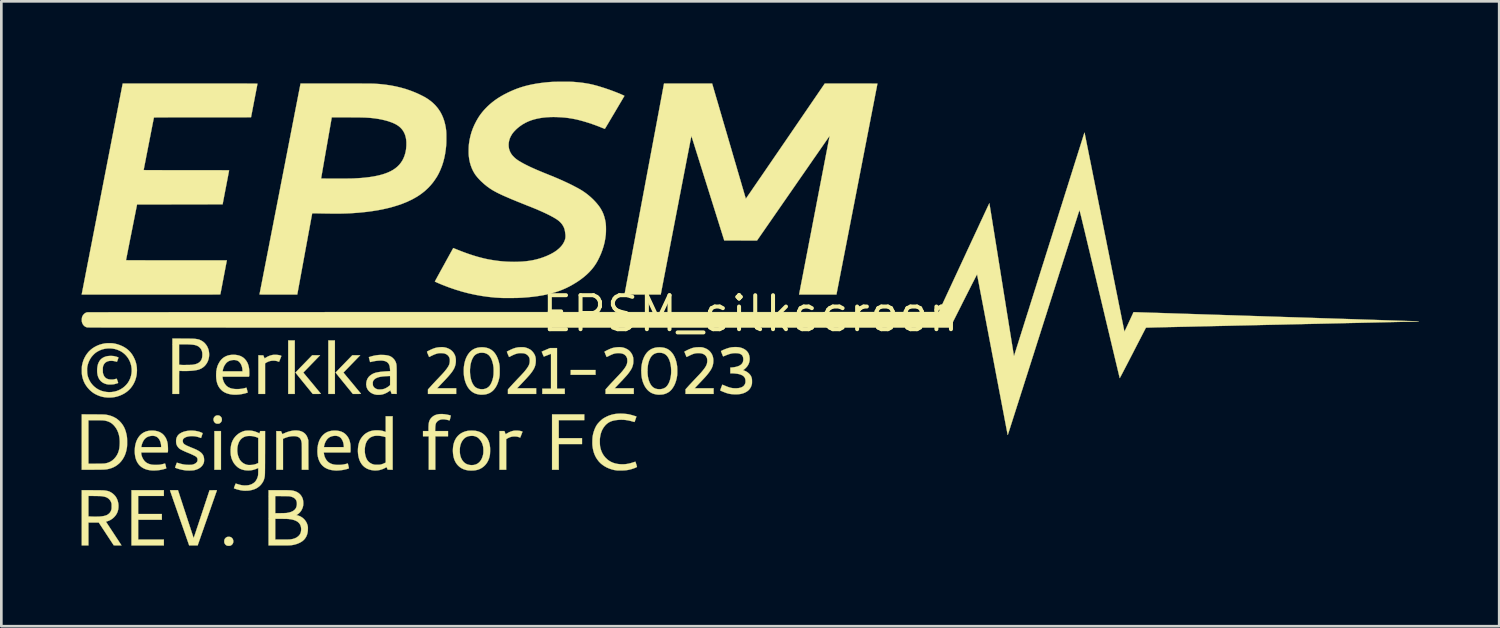
<source format=kicad_pcb>
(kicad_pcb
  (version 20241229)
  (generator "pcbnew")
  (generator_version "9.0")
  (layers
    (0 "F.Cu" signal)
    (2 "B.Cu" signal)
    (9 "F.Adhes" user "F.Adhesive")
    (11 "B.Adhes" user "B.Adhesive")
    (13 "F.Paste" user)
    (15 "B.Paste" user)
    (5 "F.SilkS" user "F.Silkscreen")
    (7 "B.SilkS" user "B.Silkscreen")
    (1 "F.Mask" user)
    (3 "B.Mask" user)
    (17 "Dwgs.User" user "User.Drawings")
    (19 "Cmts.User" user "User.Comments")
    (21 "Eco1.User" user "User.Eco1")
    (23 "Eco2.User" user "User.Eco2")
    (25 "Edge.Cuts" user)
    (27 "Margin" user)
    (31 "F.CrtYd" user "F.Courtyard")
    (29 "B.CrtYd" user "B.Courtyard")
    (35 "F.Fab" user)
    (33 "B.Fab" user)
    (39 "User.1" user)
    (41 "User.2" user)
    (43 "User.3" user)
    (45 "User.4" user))
  (footprint "EPSM_silkscreen"
    (layer "F.Cu")
    (at 25.006 8.678)
    (property "Reference" "EPSM_silkscreen" (at 0 0 0) (layer "F.SilkS") (effects (font (size 1.27 1.27) (thickness 0.15))))
    (attr through_hole)
    (fp_poly (pts (xy -19.795 5.835) (xy -20.04 5.835) (xy -20.04 4.39) (xy -19.795 4.39) (xy -19.795 5.835)) (stroke (width 0.01) (type solid)) (fill yes) (layer "F.SilkS"))
    (fp_poly (pts (xy -17.035 3) (xy -17.28 3) (xy -17.28 1) (xy -17.035 1) (xy -17.035 3)) (stroke (width 0.01) (type solid)) (fill yes) (layer "F.SilkS"))
    (fp_poly (pts (xy -15.535 3) (xy -15.78 3) (xy -15.78 1) (xy -15.535 1) (xy -15.535 3)) (stroke (width 0.01) (type solid)) (fill yes) (layer "F.SilkS"))
    (fp_poly (pts (xy -5.79 2.285) (xy -6.72 2.285) (xy -6.719 2.196) (xy -6.718 2.107) (xy -5.79 2.105) (xy -5.79 2.285)) (stroke (width 0.01) (type solid)) (fill yes) (layer "F.SilkS"))
    (fp_poly (pts (xy -6.21 3.98) (xy -7.165 3.98) (xy -7.165 4.655) (xy -6.295 4.655) (xy -6.295 4.875) (xy -7.165 4.875) (xy -7.165 5.835) (xy -7.415 5.835) (xy -7.415 3.765) (xy -6.21 3.765) (xy -6.21 3.98)) (stroke (width 0.01) (type solid)) (fill yes) (layer "F.SilkS"))
    (fp_poly (pts (xy -21.93 6.815) (xy -22.89 6.815) (xy -22.89 7.49) (xy -22.005 7.49) (xy -22.005 7.705) (xy -22.89 7.705) (xy -22.89 8.445) (xy -21.93 8.445) (xy -21.93 8.665) (xy -23.14 8.665) (xy -23.14 6.6) (xy -21.93 6.6) (xy -21.93 6.815)) (stroke (width 0.01) (type solid)) (fill yes) (layer "F.SilkS"))
    (fp_poly (pts (xy -19.888 3.804) (xy -19.859 3.811) (xy -19.847 3.816) (xy -19.822 3.833) (xy -19.798 3.856) (xy -19.778 3.882) (xy -19.772 3.894) (xy -19.765 3.915) (xy -19.761 3.943) (xy -19.761 3.971) (xy -19.764 3.998) (xy -19.767 4.008) (xy -19.782 4.04) (xy -19.804 4.068) (xy -19.831 4.091) (xy -19.84 4.097) (xy -19.856 4.105) (xy -19.871 4.11) (xy -19.889 4.112) (xy -19.907 4.113) (xy -19.935 4.113) (xy -19.958 4.111) (xy -19.969 4.108) (xy -20.002 4.092) (xy -20.03 4.069) (xy -20.051 4.04) (xy -20.066 4.007) (xy -20.074 3.971) (xy -20.073 3.935) (xy -20.065 3.903) (xy -20.05 3.876) (xy -20.029 3.85) (xy -20.004 3.827) (xy -19.981 3.814) (xy -19.953 3.805) (xy -19.921 3.802) (xy -19.888 3.804)) (stroke (width 0.01) (type solid)) (fill yes) (layer "F.SilkS"))
    (fp_poly (pts (xy -7.23 2.805) (xy -6.94 2.805) (xy -6.94 3) (xy -7.78 3) (xy -7.78 2.805) (xy -7.455 2.805) (xy -7.455 1.5) (xy -7.481 1.511) (xy -7.529 1.529) (xy -7.573 1.547) (xy -7.613 1.562) (xy -7.648 1.576) (xy -7.677 1.587) (xy -7.7 1.596) (xy -7.715 1.602) (xy -7.722 1.604) (xy -7.722 1.604) (xy -7.727 1.596) (xy -7.734 1.582) (xy -7.743 1.562) (xy -7.753 1.539) (xy -7.764 1.514) (xy -7.775 1.489) (xy -7.784 1.465) (xy -7.793 1.445) (xy -7.798 1.43) (xy -7.801 1.421) (xy -7.801 1.42) (xy -7.796 1.417) (xy -7.782 1.411) (xy -7.762 1.402) (xy -7.736 1.39) (xy -7.704 1.377) (xy -7.669 1.362) (xy -7.643 1.35) (xy -7.488 1.285) (xy -7.23 1.285) (xy -7.23 2.805)) (stroke (width 0.01) (type solid)) (fill yes) (layer "F.SilkS"))
    (fp_poly (pts (xy -19.468 8.344) (xy -19.44 8.35) (xy -19.416 8.361) (xy -19.393 8.378) (xy -19.381 8.389) (xy -19.357 8.419) (xy -19.341 8.455) (xy -19.333 8.493) (xy -19.333 8.532) (xy -19.341 8.57) (xy -19.357 8.604) (xy -19.374 8.626) (xy -19.396 8.647) (xy -19.42 8.663) (xy -19.439 8.672) (xy -19.464 8.678) (xy -19.494 8.68) (xy -19.526 8.679) (xy -19.555 8.675) (xy -19.573 8.67) (xy -19.606 8.652) (xy -19.634 8.626) (xy -19.656 8.592) (xy -19.656 8.592) (xy -19.664 8.574) (xy -19.669 8.559) (xy -19.671 8.543) (xy -19.672 8.522) (xy -19.672 8.516) (xy -19.67 8.477) (xy -19.663 8.447) (xy -19.663 8.446) (xy -19.649 8.418) (xy -19.627 8.391) (xy -19.601 8.368) (xy -19.581 8.357) (xy -19.566 8.35) (xy -19.553 8.346) (xy -19.539 8.344) (xy -19.52 8.343) (xy -19.503 8.342) (xy -19.468 8.344)) (stroke (width 0.01) (type solid)) (fill yes) (layer "F.SilkS"))
    (fp_poly (pts (xy -8.704 4.372) (xy -8.654 4.377) (xy -8.607 4.384) (xy -8.565 4.394) (xy -8.541 4.403) (xy -8.529 4.408) (xy -8.521 4.412) (xy -8.52 4.413) (xy -8.522 4.418) (xy -8.527 4.43) (xy -8.534 4.449) (xy -8.543 4.472) (xy -8.553 4.499) (xy -8.564 4.526) (xy -8.575 4.554) (xy -8.585 4.58) (xy -8.594 4.602) (xy -8.601 4.619) (xy -8.605 4.63) (xy -8.607 4.634) (xy -8.612 4.632) (xy -8.623 4.628) (xy -8.639 4.622) (xy -8.64 4.622) (xy -8.689 4.605) (xy -8.741 4.595) (xy -8.798 4.591) (xy -8.838 4.591) (xy -8.891 4.595) (xy -8.94 4.604) (xy -8.987 4.618) (xy -9.035 4.638) (xy -9.086 4.665) (xy -9.091 4.668) (xy -9.13 4.691) (xy -9.13 5.835) (xy -9.38 5.835) (xy -9.38 4.39) (xy -9.289 4.39) (xy -9.197 4.39) (xy -9.173 4.45) (xy -9.149 4.509) (xy -9.112 4.484) (xy -9.045 4.445) (xy -8.975 4.413) (xy -8.903 4.389) (xy -8.847 4.377) (xy -8.803 4.372) (xy -8.754 4.371) (xy -8.704 4.372)) (stroke (width 0.01) (type solid)) (fill yes) (layer "F.SilkS"))
    (fp_poly (pts (xy -17.695 1.54) (xy -17.646 1.546) (xy -17.602 1.554) (xy -17.564 1.565) (xy -17.562 1.566) (xy -17.547 1.572) (xy -17.539 1.577) (xy -17.537 1.582) (xy -17.538 1.587) (xy -17.541 1.594) (xy -17.546 1.609) (xy -17.554 1.629) (xy -17.564 1.653) (xy -17.574 1.68) (xy -17.585 1.707) (xy -17.595 1.733) (xy -17.605 1.757) (xy -17.613 1.777) (xy -17.619 1.791) (xy -17.622 1.798) (xy -17.622 1.799) (xy -17.627 1.798) (xy -17.639 1.794) (xy -17.653 1.788) (xy -17.71 1.77) (xy -17.771 1.759) (xy -17.837 1.756) (xy -17.852 1.757) (xy -17.915 1.762) (xy -17.972 1.774) (xy -18.029 1.794) (xy -18.086 1.822) (xy -18.105 1.833) (xy -18.145 1.857) (xy -18.145 3) (xy -18.395 3) (xy -18.395 1.555) (xy -18.213 1.558) (xy -18.189 1.613) (xy -18.18 1.634) (xy -18.172 1.652) (xy -18.166 1.665) (xy -18.164 1.671) (xy -18.159 1.67) (xy -18.149 1.665) (xy -18.135 1.655) (xy -18.13 1.652) (xy -18.07 1.616) (xy -18.004 1.584) (xy -17.935 1.56) (xy -17.885 1.547) (xy -17.844 1.54) (xy -17.797 1.537) (xy -17.746 1.537) (xy -17.695 1.54)) (stroke (width 0.01) (type solid)) (fill yes) (layer "F.SilkS"))
    (fp_poly (pts (xy -16.892 4.374) (xy -16.827 4.388) (xy -16.766 4.41) (xy -16.711 4.44) (xy -16.663 4.477) (xy -16.622 4.521) (xy -16.588 4.573) (xy -16.56 4.633) (xy -16.541 4.69) (xy -16.528 4.737) (xy -16.525 5.835) (xy -16.77 5.835) (xy -16.77 5.361) (xy -16.77 5.28) (xy -16.77 5.204) (xy -16.771 5.134) (xy -16.771 5.07) (xy -16.771 5.012) (xy -16.772 4.962) (xy -16.773 4.92) (xy -16.773 4.886) (xy -16.774 4.861) (xy -16.775 4.845) (xy -16.775 4.843) (xy -16.784 4.785) (xy -16.798 4.736) (xy -16.816 4.695) (xy -16.839 4.661) (xy -16.868 4.633) (xy -16.902 4.613) (xy -16.934 4.599) (xy -16.969 4.589) (xy -17.007 4.582) (xy -17.052 4.579) (xy -17.08 4.579) (xy -17.159 4.583) (xy -17.24 4.597) (xy -17.325 4.619) (xy -17.412 4.651) (xy -17.429 4.658) (xy -17.475 4.678) (xy -17.475 5.835) (xy -17.725 5.835) (xy -17.725 4.39) (xy -17.637 4.391) (xy -17.548 4.393) (xy -17.524 4.447) (xy -17.515 4.468) (xy -17.507 4.486) (xy -17.501 4.498) (xy -17.499 4.503) (xy -17.494 4.502) (xy -17.482 4.497) (xy -17.464 4.489) (xy -17.443 4.479) (xy -17.442 4.478) (xy -17.361 4.442) (xy -17.28 4.413) (xy -17.198 4.391) (xy -17.117 4.375) (xy -17.039 4.367) (xy -16.963 4.367) (xy -16.892 4.374)) (stroke (width 0.01) (type solid)) (fill yes) (layer "F.SilkS"))
    (fp_poly (pts (xy -11.44 3.759) (xy -11.348 3.773) (xy -11.264 3.791) (xy -11.237 3.798) (xy -11.219 3.803) (xy -11.208 3.807) (xy -11.203 3.811) (xy -11.202 3.815) (xy -11.204 3.822) (xy -11.207 3.837) (xy -11.212 3.859) (xy -11.218 3.885) (xy -11.223 3.906) (xy -11.23 3.938) (xy -11.236 3.961) (xy -11.241 3.977) (xy -11.245 3.986) (xy -11.249 3.99) (xy -11.25 3.99) (xy -11.258 3.989) (xy -11.273 3.985) (xy -11.292 3.981) (xy -11.293 3.98) (xy -11.366 3.963) (xy -11.434 3.952) (xy -11.495 3.949) (xy -11.55 3.954) (xy -11.601 3.966) (xy -11.646 3.986) (xy -11.686 4.013) (xy -11.708 4.032) (xy -11.727 4.053) (xy -11.743 4.074) (xy -11.755 4.097) (xy -11.765 4.123) (xy -11.772 4.154) (xy -11.777 4.191) (xy -11.781 4.235) (xy -11.783 4.287) (xy -11.783 4.289) (xy -11.787 4.39) (xy -11.305 4.39) (xy -11.305 4.585) (xy -11.78 4.585) (xy -11.78 5.835) (xy -12.025 5.835) (xy -12.025 4.585) (xy -12.24 4.585) (xy -12.24 4.39) (xy -12.035 4.39) (xy -12.035 4.289) (xy -12.034 4.223) (xy -12.031 4.166) (xy -12.027 4.116) (xy -12.02 4.072) (xy -12.01 4.034) (xy -11.998 3.999) (xy -11.982 3.967) (xy -11.963 3.937) (xy -11.951 3.92) (xy -11.909 3.873) (xy -11.861 3.834) (xy -11.807 3.802) (xy -11.746 3.778) (xy -11.679 3.762) (xy -11.606 3.753) (xy -11.526 3.752) (xy -11.44 3.759)) (stroke (width 0.01) (type solid)) (fill yes) (layer "F.SilkS"))
    (fp_poly (pts (xy -16.126 1.594) (xy -16.135 1.604) (xy -16.151 1.62) (xy -16.173 1.642) (xy -16.199 1.669) (xy -16.23 1.701) (xy -16.265 1.738) (xy -16.304 1.777) (xy -16.344 1.819) (xy -16.387 1.863) (xy -16.431 1.908) (xy -16.439 1.917) (xy -16.715 2.201) (xy -16.696 2.224) (xy -16.691 2.231) (xy -16.679 2.246) (xy -16.661 2.267) (xy -16.639 2.293) (xy -16.613 2.326) (xy -16.582 2.363) (xy -16.548 2.404) (xy -16.51 2.449) (xy -16.47 2.497) (xy -16.428 2.548) (xy -16.384 2.6) (xy -16.371 2.617) (xy -16.327 2.669) (xy -16.285 2.72) (xy -16.246 2.768) (xy -16.209 2.813) (xy -16.175 2.854) (xy -16.144 2.891) (xy -16.118 2.923) (xy -16.096 2.949) (xy -16.079 2.97) (xy -16.068 2.985) (xy -16.062 2.992) (xy -16.062 2.993) (xy -16.062 2.995) (xy -16.066 2.997) (xy -16.074 2.998) (xy -16.088 2.999) (xy -16.108 2.999) (xy -16.135 3) (xy -16.17 3) (xy -16.211 3) (xy -16.363 3) (xy -16.685 2.604) (xy -16.73 2.549) (xy -16.772 2.497) (xy -16.813 2.446) (xy -16.851 2.4) (xy -16.886 2.357) (xy -16.917 2.318) (xy -16.944 2.283) (xy -16.967 2.255) (xy -16.985 2.231) (xy -16.998 2.215) (xy -17.006 2.205) (xy -17.008 2.202) (xy -17.004 2.198) (xy -16.994 2.187) (xy -16.978 2.169) (xy -16.957 2.147) (xy -16.93 2.119) (xy -16.899 2.087) (xy -16.864 2.05) (xy -16.826 2.01) (xy -16.784 1.967) (xy -16.74 1.922) (xy -16.695 1.876) (xy -16.383 1.555) (xy -16.235 1.555) (xy -16.088 1.555) (xy -16.126 1.594)) (stroke (width 0.01) (type solid)) (fill yes) (layer "F.SilkS"))
    (fp_poly (pts (xy -14.626 1.594) (xy -14.635 1.604) (xy -14.651 1.62) (xy -14.673 1.642) (xy -14.699 1.669) (xy -14.73 1.701) (xy -14.765 1.738) (xy -14.804 1.777) (xy -14.844 1.819) (xy -14.887 1.863) (xy -14.931 1.908) (xy -14.939 1.917) (xy -15.215 2.201) (xy -15.196 2.224) (xy -15.191 2.231) (xy -15.179 2.246) (xy -15.161 2.267) (xy -15.139 2.293) (xy -15.113 2.326) (xy -15.082 2.363) (xy -15.048 2.404) (xy -15.01 2.449) (xy -14.97 2.497) (xy -14.928 2.548) (xy -14.884 2.6) (xy -14.871 2.617) (xy -14.827 2.669) (xy -14.785 2.72) (xy -14.746 2.768) (xy -14.709 2.813) (xy -14.675 2.854) (xy -14.644 2.891) (xy -14.618 2.923) (xy -14.596 2.949) (xy -14.579 2.97) (xy -14.568 2.985) (xy -14.562 2.992) (xy -14.562 2.993) (xy -14.562 2.995) (xy -14.566 2.997) (xy -14.574 2.998) (xy -14.588 2.999) (xy -14.608 2.999) (xy -14.635 3) (xy -14.67 3) (xy -14.711 3) (xy -14.863 3) (xy -15.185 2.604) (xy -15.23 2.549) (xy -15.272 2.497) (xy -15.313 2.446) (xy -15.351 2.4) (xy -15.386 2.357) (xy -15.417 2.318) (xy -15.444 2.283) (xy -15.467 2.255) (xy -15.485 2.231) (xy -15.498 2.215) (xy -15.506 2.205) (xy -15.508 2.202) (xy -15.504 2.198) (xy -15.494 2.187) (xy -15.478 2.169) (xy -15.457 2.147) (xy -15.43 2.119) (xy -15.399 2.087) (xy -15.364 2.05) (xy -15.326 2.01) (xy -15.284 1.967) (xy -15.24 1.922) (xy -15.195 1.876) (xy -14.883 1.555) (xy -14.735 1.555) (xy -14.588 1.555) (xy -14.626 1.594)) (stroke (width 0.01) (type solid)) (fill yes) (layer "F.SilkS"))
    (fp_poly (pts (xy -13.375 5.835) (xy -13.468 5.834) (xy -13.561 5.832) (xy -13.581 5.784) (xy -13.601 5.735) (xy -13.627 5.75) (xy -13.705 5.792) (xy -13.786 5.824) (xy -13.868 5.847) (xy -13.951 5.859) (xy -14.036 5.863) (xy -14.08 5.86) (xy -14.164 5.849) (xy -14.242 5.83) (xy -14.313 5.803) (xy -14.378 5.769) (xy -14.438 5.726) (xy -14.491 5.676) (xy -14.538 5.618) (xy -14.579 5.551) (xy -14.59 5.531) (xy -14.619 5.462) (xy -14.642 5.388) (xy -14.659 5.308) (xy -14.67 5.226) (xy -14.675 5.141) (xy -14.674 5.12) (xy -14.418 5.12) (xy -14.414 5.196) (xy -14.403 5.268) (xy -14.386 5.337) (xy -14.363 5.401) (xy -14.335 5.458) (xy -14.307 5.499) (xy -14.272 5.538) (xy -14.229 5.573) (xy -14.181 5.602) (xy -14.128 5.625) (xy -14.073 5.641) (xy -14.043 5.647) (xy -14.022 5.648) (xy -13.994 5.649) (xy -13.961 5.649) (xy -13.927 5.649) (xy -13.894 5.648) (xy -13.864 5.646) (xy -13.841 5.644) (xy -13.834 5.643) (xy -13.787 5.631) (xy -13.735 5.613) (xy -13.678 5.587) (xy -13.676 5.585) (xy -13.635 5.565) (xy -13.637 4.618) (xy -13.67 4.606) (xy -13.712 4.593) (xy -13.762 4.582) (xy -13.815 4.573) (xy -13.871 4.567) (xy -13.925 4.563) (xy -13.974 4.563) (xy -14.008 4.565) (xy -14.05 4.57) (xy -14.086 4.577) (xy -14.119 4.587) (xy -14.153 4.601) (xy -14.174 4.611) (xy -14.199 4.623) (xy -14.219 4.635) (xy -14.236 4.648) (xy -14.254 4.664) (xy -14.27 4.679) (xy -14.309 4.723) (xy -14.342 4.772) (xy -14.368 4.825) (xy -14.389 4.885) (xy -14.404 4.951) (xy -14.414 5.025) (xy -14.416 5.044) (xy -14.418 5.12) (xy -14.674 5.12) (xy -14.673 5.057) (xy -14.665 4.974) (xy -14.65 4.893) (xy -14.63 4.817) (xy -14.603 4.747) (xy -14.592 4.724) (xy -14.561 4.67) (xy -14.524 4.617) (xy -14.482 4.567) (xy -14.437 4.522) (xy -14.391 4.485) (xy -14.38 4.478) (xy -14.32 4.441) (xy -14.26 4.412) (xy -14.198 4.39) (xy -14.133 4.375) (xy -14.062 4.365) (xy -13.997 4.361) (xy -13.911 4.362) (xy -13.832 4.368) (xy -13.759 4.381) (xy -13.693 4.401) (xy -13.67 4.41) (xy -13.635 4.424) (xy -13.635 3.835) (xy -13.375 3.835) (xy -13.375 5.835)) (stroke (width 0.01) (type solid)) (fill yes) (layer "F.SilkS"))
    (fp_poly (pts (xy -21.369 6.699) (xy -21.364 6.714) (xy -21.356 6.739) (xy -21.345 6.772) (xy -21.332 6.813) (xy -21.317 6.861) (xy -21.299 6.915) (xy -21.279 6.976) (xy -21.257 7.042) (xy -21.234 7.113) (xy -21.21 7.188) (xy -21.184 7.267) (xy -21.157 7.349) (xy -21.129 7.434) (xy -21.101 7.521) (xy -21.077 7.594) (xy -21.049 7.68) (xy -21.022 7.764) (xy -20.995 7.844) (xy -20.97 7.921) (xy -20.946 7.994) (xy -20.924 8.062) (xy -20.903 8.125) (xy -20.884 8.183) (xy -20.867 8.235) (xy -20.852 8.28) (xy -20.84 8.318) (xy -20.829 8.348) (xy -20.822 8.371) (xy -20.817 8.385) (xy -20.815 8.39) (xy -20.815 8.39) (xy -20.813 8.385) (xy -20.808 8.372) (xy -20.801 8.349) (xy -20.791 8.319) (xy -20.778 8.281) (xy -20.763 8.236) (xy -20.745 8.184) (xy -20.726 8.126) (xy -20.705 8.062) (xy -20.682 7.992) (xy -20.657 7.918) (xy -20.631 7.84) (xy -20.604 7.757) (xy -20.575 7.671) (xy -20.546 7.582) (xy -20.517 7.496) (xy -20.222 6.603) (xy -20.083 6.601) (xy -20.042 6.601) (xy -20.01 6.601) (xy -19.986 6.601) (xy -19.969 6.601) (xy -19.957 6.602) (xy -19.95 6.603) (xy -19.947 6.605) (xy -19.947 6.607) (xy -19.947 6.609) (xy -19.949 6.614) (xy -19.954 6.629) (xy -19.962 6.652) (xy -19.973 6.683) (xy -19.987 6.722) (xy -20.003 6.768) (xy -20.022 6.821) (xy -20.042 6.88) (xy -20.065 6.946) (xy -20.09 7.016) (xy -20.116 7.092) (xy -20.145 7.173) (xy -20.174 7.258) (xy -20.205 7.346) (xy -20.237 7.438) (xy -20.27 7.532) (xy -20.303 7.628) (xy -20.337 7.725) (xy -20.37 7.819) (xy -20.403 7.911) (xy -20.433 8) (xy -20.463 8.085) (xy -20.491 8.165) (xy -20.518 8.241) (xy -20.543 8.312) (xy -20.566 8.378) (xy -20.586 8.437) (xy -20.605 8.491) (xy -20.621 8.537) (xy -20.635 8.576) (xy -20.646 8.608) (xy -20.654 8.631) (xy -20.659 8.646) (xy -20.661 8.651) (xy -20.666 8.665) (xy -20.983 8.665) (xy -21.342 7.638) (xy -21.376 7.541) (xy -21.409 7.445) (xy -21.441 7.353) (xy -21.472 7.264) (xy -21.502 7.178) (xy -21.53 7.097) (xy -21.557 7.021) (xy -21.582 6.949) (xy -21.604 6.883) (xy -21.625 6.823) (xy -21.644 6.77) (xy -21.66 6.723) (xy -21.674 6.683) (xy -21.685 6.651) (xy -21.693 6.628) (xy -21.698 6.612) (xy -21.7 6.606) (xy -21.7 6.606) (xy -21.697 6.604) (xy -21.688 6.603) (xy -21.672 6.602) (xy -21.649 6.601) (xy -21.617 6.6) (xy -21.577 6.6) (xy -21.551 6.6) (xy -21.402 6.6) (xy -21.369 6.699)) (stroke (width 0.01) (type solid)) (fill yes) (layer "F.SilkS"))
    (fp_poly (pts (xy -11.491 1.252) (xy -11.431 1.26) (xy -11.375 1.273) (xy -11.319 1.292) (xy -11.319 1.292) (xy -11.257 1.321) (xy -11.203 1.355) (xy -11.156 1.394) (xy -11.115 1.439) (xy -11.095 1.467) (xy -11.065 1.516) (xy -11.043 1.565) (xy -11.027 1.615) (xy -11.017 1.669) (xy -11.012 1.728) (xy -11.013 1.809) (xy -11.023 1.887) (xy -11.043 1.963) (xy -11.072 2.037) (xy -11.106 2.099) (xy -11.124 2.128) (xy -11.144 2.158) (xy -11.166 2.189) (xy -11.191 2.221) (xy -11.219 2.256) (xy -11.251 2.294) (xy -11.286 2.335) (xy -11.327 2.381) (xy -11.373 2.431) (xy -11.425 2.487) (xy -11.482 2.548) (xy -11.525 2.592) (xy -11.71 2.788) (xy -11 2.79) (xy -11 3) (xy -12.055 3) (xy -12.055 2.834) (xy -11.996 2.768) (xy -11.958 2.726) (xy -11.92 2.684) (xy -11.882 2.642) (xy -11.841 2.598) (xy -11.798 2.552) (xy -11.75 2.501) (xy -11.697 2.445) (xy -11.68 2.428) (xy -11.636 2.381) (xy -11.598 2.341) (xy -11.565 2.306) (xy -11.537 2.277) (xy -11.514 2.251) (xy -11.493 2.229) (xy -11.476 2.209) (xy -11.46 2.192) (xy -11.446 2.175) (xy -11.432 2.158) (xy -11.418 2.141) (xy -11.407 2.127) (xy -11.365 2.075) (xy -11.331 2.027) (xy -11.303 1.984) (xy -11.28 1.944) (xy -11.263 1.906) (xy -11.251 1.868) (xy -11.244 1.83) (xy -11.239 1.79) (xy -11.238 1.76) (xy -11.238 1.73) (xy -11.239 1.708) (xy -11.242 1.689) (xy -11.246 1.672) (xy -11.249 1.663) (xy -11.268 1.616) (xy -11.295 1.576) (xy -11.33 1.542) (xy -11.373 1.515) (xy -11.424 1.493) (xy -11.432 1.49) (xy -11.456 1.484) (xy -11.488 1.48) (xy -11.524 1.477) (xy -11.562 1.475) (xy -11.6 1.475) (xy -11.636 1.477) (xy -11.661 1.48) (xy -11.71 1.49) (xy -11.764 1.507) (xy -11.825 1.53) (xy -11.891 1.56) (xy -11.918 1.573) (xy -11.946 1.587) (xy -11.971 1.6) (xy -11.991 1.609) (xy -12.005 1.616) (xy -12.012 1.619) (xy -12.012 1.619) (xy -12.014 1.614) (xy -12.02 1.601) (xy -12.028 1.582) (xy -12.038 1.558) (xy -12.05 1.53) (xy -12.054 1.52) (xy -12.068 1.488) (xy -12.078 1.463) (xy -12.085 1.445) (xy -12.089 1.433) (xy -12.091 1.425) (xy -12.09 1.42) (xy -12.088 1.417) (xy -12.086 1.416) (xy -12.079 1.411) (xy -12.065 1.404) (xy -12.044 1.393) (xy -12.019 1.381) (xy -11.991 1.367) (xy -11.988 1.365) (xy -11.928 1.337) (xy -11.875 1.314) (xy -11.826 1.295) (xy -11.78 1.281) (xy -11.734 1.27) (xy -11.687 1.262) (xy -11.636 1.256) (xy -11.625 1.255) (xy -11.555 1.251) (xy -11.491 1.252)) (stroke (width 0.01) (type solid)) (fill yes) (layer "F.SilkS"))
    (fp_poly (pts (xy -23.848 1.581) (xy -23.804 1.585) (xy -23.782 1.589) (xy -23.758 1.595) (xy -23.732 1.602) (xy -23.704 1.609) (xy -23.678 1.617) (xy -23.656 1.625) (xy -23.639 1.631) (xy -23.631 1.634) (xy -23.629 1.638) (xy -23.63 1.646) (xy -23.633 1.659) (xy -23.639 1.678) (xy -23.648 1.705) (xy -23.653 1.719) (xy -23.664 1.75) (xy -23.672 1.771) (xy -23.678 1.786) (xy -23.683 1.794) (xy -23.687 1.797) (xy -23.69 1.797) (xy -23.707 1.792) (xy -23.731 1.785) (xy -23.76 1.779) (xy -23.79 1.773) (xy -23.819 1.768) (xy -23.841 1.765) (xy -23.904 1.762) (xy -23.962 1.766) (xy -24.016 1.777) (xy -24.064 1.796) (xy -24.106 1.821) (xy -24.141 1.853) (xy -24.169 1.891) (xy -24.177 1.907) (xy -24.189 1.931) (xy -24.197 1.953) (xy -24.204 1.975) (xy -24.208 1.998) (xy -24.211 2.025) (xy -24.212 2.057) (xy -24.212 2.097) (xy -24.212 2.107) (xy -24.212 2.142) (xy -24.211 2.169) (xy -24.211 2.189) (xy -24.209 2.206) (xy -24.207 2.22) (xy -24.203 2.234) (xy -24.199 2.249) (xy -24.198 2.252) (xy -24.179 2.303) (xy -24.157 2.345) (xy -24.13 2.38) (xy -24.097 2.408) (xy -24.065 2.427) (xy -24.032 2.441) (xy -23.998 2.452) (xy -23.96 2.458) (xy -23.917 2.462) (xy -23.883 2.462) (xy -23.852 2.462) (xy -23.829 2.461) (xy -23.81 2.459) (xy -23.791 2.456) (xy -23.771 2.45) (xy -23.762 2.448) (xy -23.74 2.442) (xy -23.721 2.437) (xy -23.707 2.433) (xy -23.702 2.432) (xy -23.698 2.431) (xy -23.694 2.434) (xy -23.69 2.441) (xy -23.684 2.453) (xy -23.677 2.471) (xy -23.668 2.497) (xy -23.664 2.508) (xy -23.653 2.54) (xy -23.645 2.564) (xy -23.641 2.579) (xy -23.64 2.588) (xy -23.642 2.591) (xy -23.651 2.596) (xy -23.668 2.602) (xy -23.69 2.609) (xy -23.716 2.617) (xy -23.742 2.624) (xy -23.767 2.631) (xy -23.788 2.636) (xy -23.795 2.637) (xy -23.82 2.641) (xy -23.851 2.644) (xy -23.886 2.646) (xy -23.923 2.648) (xy -23.959 2.648) (xy -23.99 2.647) (xy -24.014 2.646) (xy -24.017 2.645) (xy -24.089 2.631) (xy -24.153 2.609) (xy -24.212 2.579) (xy -24.263 2.542) (xy -24.308 2.498) (xy -24.346 2.447) (xy -24.376 2.389) (xy -24.4 2.324) (xy -24.402 2.314) (xy -24.415 2.252) (xy -24.423 2.183) (xy -24.424 2.112) (xy -24.421 2.04) (xy -24.411 1.971) (xy -24.397 1.906) (xy -24.392 1.888) (xy -24.367 1.825) (xy -24.336 1.768) (xy -24.298 1.719) (xy -24.253 1.678) (xy -24.201 1.643) (xy -24.142 1.616) (xy -24.077 1.595) (xy -24.037 1.587) (xy -23.995 1.582) (xy -23.947 1.579) (xy -23.897 1.578) (xy -23.848 1.581)) (stroke (width 0.01) (type solid)) (fill yes) (layer "F.SilkS"))
    (fp_poly (pts (xy -1.857 1.254) (xy -1.836 1.255) (xy -1.819 1.256) (xy -1.803 1.258) (xy -1.788 1.261) (xy -1.771 1.266) (xy -1.769 1.266) (xy -1.697 1.29) (xy -1.633 1.319) (xy -1.577 1.355) (xy -1.527 1.398) (xy -1.483 1.448) (xy -1.461 1.48) (xy -1.431 1.533) (xy -1.409 1.589) (xy -1.394 1.648) (xy -1.386 1.712) (xy -1.385 1.757) (xy -1.387 1.814) (xy -1.393 1.868) (xy -1.404 1.92) (xy -1.419 1.972) (xy -1.44 2.024) (xy -1.467 2.076) (xy -1.501 2.131) (xy -1.541 2.189) (xy -1.588 2.25) (xy -1.643 2.317) (xy -1.651 2.326) (xy -1.661 2.337) (xy -1.672 2.35) (xy -1.684 2.364) (xy -1.699 2.38) (xy -1.716 2.399) (xy -1.736 2.42) (xy -1.759 2.445) (xy -1.786 2.473) (xy -1.817 2.506) (xy -1.853 2.544) (xy -1.894 2.587) (xy -1.94 2.636) (xy -1.993 2.691) (xy -2.049 2.751) (xy -2.086 2.79) (xy -1.375 2.79) (xy -1.375 3) (xy -2.425 3) (xy -2.425 2.829) (xy -2.364 2.761) (xy -2.322 2.715) (xy -2.281 2.669) (xy -2.237 2.623) (xy -2.192 2.574) (xy -2.142 2.521) (xy -2.088 2.464) (xy -2.035 2.408) (xy -1.993 2.363) (xy -1.957 2.325) (xy -1.926 2.293) (xy -1.9 2.265) (xy -1.878 2.241) (xy -1.859 2.22) (xy -1.842 2.201) (xy -1.826 2.183) (xy -1.812 2.165) (xy -1.797 2.148) (xy -1.781 2.128) (xy -1.777 2.123) (xy -1.737 2.072) (xy -1.703 2.026) (xy -1.676 1.984) (xy -1.655 1.945) (xy -1.638 1.908) (xy -1.626 1.872) (xy -1.618 1.835) (xy -1.613 1.796) (xy -1.612 1.782) (xy -1.612 1.725) (xy -1.62 1.673) (xy -1.637 1.626) (xy -1.662 1.586) (xy -1.694 1.551) (xy -1.735 1.522) (xy -1.755 1.511) (xy -1.789 1.497) (xy -1.823 1.486) (xy -1.859 1.48) (xy -1.901 1.476) (xy -1.944 1.475) (xy -1.986 1.476) (xy -2.024 1.479) (xy -2.061 1.485) (xy -2.097 1.493) (xy -2.135 1.505) (xy -2.176 1.52) (xy -2.222 1.54) (xy -2.274 1.565) (xy -2.287 1.571) (xy -2.386 1.62) (xy -2.392 1.604) (xy -2.397 1.594) (xy -2.404 1.577) (xy -2.413 1.554) (xy -2.425 1.528) (xy -2.434 1.505) (xy -2.445 1.478) (xy -2.455 1.455) (xy -2.461 1.436) (xy -2.465 1.424) (xy -2.466 1.419) (xy -2.459 1.414) (xy -2.444 1.406) (xy -2.424 1.396) (xy -2.4 1.383) (xy -2.373 1.37) (xy -2.346 1.357) (xy -2.32 1.344) (xy -2.296 1.334) (xy -2.288 1.33) (xy -2.231 1.307) (xy -2.18 1.288) (xy -2.132 1.274) (xy -2.085 1.265) (xy -2.036 1.258) (xy -1.982 1.255) (xy -1.921 1.254) (xy -1.92 1.253) (xy -1.885 1.253) (xy -1.857 1.254)) (stroke (width 0.01) (type solid)) (fill yes) (layer "F.SilkS"))
    (fp_poly (pts (xy -4.839 1.254) (xy -4.781 1.262) (xy -4.725 1.276) (xy -4.67 1.297) (xy -4.646 1.308) (xy -4.596 1.334) (xy -4.553 1.363) (xy -4.515 1.398) (xy -4.506 1.407) (xy -4.463 1.459) (xy -4.428 1.514) (xy -4.402 1.573) (xy -4.392 1.604) (xy -4.387 1.621) (xy -4.383 1.638) (xy -4.38 1.655) (xy -4.379 1.676) (xy -4.377 1.702) (xy -4.376 1.735) (xy -4.376 1.785) (xy -4.378 1.829) (xy -4.382 1.868) (xy -4.389 1.905) (xy -4.4 1.944) (xy -4.407 1.968) (xy -4.419 2.001) (xy -4.43 2.029) (xy -4.444 2.056) (xy -4.46 2.084) (xy -4.48 2.116) (xy -4.494 2.138) (xy -4.512 2.164) (xy -4.529 2.189) (xy -4.547 2.213) (xy -4.566 2.238) (xy -4.586 2.263) (xy -4.608 2.29) (xy -4.633 2.319) (xy -4.662 2.351) (xy -4.694 2.386) (xy -4.731 2.426) (xy -4.772 2.471) (xy -4.82 2.521) (xy -4.873 2.577) (xy -4.894 2.599) (xy -5.076 2.79) (xy -4.36 2.79) (xy -4.36 3) (xy -5.415 3) (xy -5.415 2.832) (xy -5.364 2.775) (xy -5.318 2.723) (xy -5.265 2.664) (xy -5.205 2.599) (xy -5.138 2.528) (xy -5.066 2.452) (xy -5.012 2.395) (xy -4.966 2.346) (xy -4.925 2.304) (xy -4.891 2.266) (xy -4.86 2.234) (xy -4.834 2.204) (xy -4.811 2.178) (xy -4.789 2.153) (xy -4.77 2.129) (xy -4.751 2.104) (xy -4.731 2.079) (xy -4.728 2.075) (xy -4.693 2.027) (xy -4.666 1.985) (xy -4.644 1.946) (xy -4.628 1.909) (xy -4.615 1.872) (xy -4.607 1.834) (xy -4.605 1.824) (xy -4.601 1.79) (xy -4.601 1.753) (xy -4.603 1.715) (xy -4.607 1.681) (xy -4.614 1.654) (xy -4.615 1.653) (xy -4.636 1.607) (xy -4.664 1.568) (xy -4.7 1.536) (xy -4.743 1.51) (xy -4.793 1.492) (xy -4.849 1.48) (xy -4.913 1.475) (xy -4.926 1.475) (xy -4.973 1.476) (xy -5.017 1.48) (xy -5.058 1.487) (xy -5.1 1.497) (xy -5.144 1.512) (xy -5.19 1.531) (xy -5.243 1.555) (xy -5.274 1.571) (xy -5.303 1.585) (xy -5.328 1.598) (xy -5.349 1.608) (xy -5.365 1.614) (xy -5.373 1.618) (xy -5.374 1.618) (xy -5.377 1.612) (xy -5.383 1.599) (xy -5.391 1.58) (xy -5.401 1.557) (xy -5.412 1.531) (xy -5.423 1.505) (xy -5.433 1.479) (xy -5.442 1.457) (xy -5.45 1.439) (xy -5.454 1.427) (xy -5.455 1.423) (xy -5.451 1.419) (xy -5.439 1.411) (xy -5.421 1.401) (xy -5.398 1.389) (xy -5.374 1.376) (xy -5.315 1.348) (xy -5.263 1.324) (xy -5.216 1.305) (xy -5.172 1.289) (xy -5.13 1.277) (xy -5.088 1.268) (xy -5.045 1.261) (xy -4.997 1.256) (xy -4.972 1.254) (xy -4.902 1.251) (xy -4.839 1.254)) (stroke (width 0.01) (type solid)) (fill yes) (layer "F.SilkS"))
    (fp_poly (pts (xy -21.209 0.931) (xy -21.135 0.932) (xy -21.071 0.932) (xy -21.015 0.933) (xy -20.967 0.933) (xy -20.926 0.934) (xy -20.891 0.934) (xy -20.861 0.935) (xy -20.836 0.936) (xy -20.815 0.936) (xy -20.797 0.938) (xy -20.782 0.939) (xy -20.767 0.94) (xy -20.754 0.942) (xy -20.741 0.944) (xy -20.738 0.944) (xy -20.699 0.95) (xy -20.669 0.955) (xy -20.645 0.96) (xy -20.624 0.965) (xy -20.606 0.971) (xy -20.587 0.979) (xy -20.566 0.989) (xy -20.552 0.995) (xy -20.505 1.02) (xy -20.464 1.047) (xy -20.428 1.076) (xy -20.393 1.11) (xy -20.345 1.168) (xy -20.306 1.231) (xy -20.276 1.299) (xy -20.257 1.357) (xy -20.242 1.435) (xy -20.236 1.512) (xy -20.238 1.587) (xy -20.249 1.659) (xy -20.267 1.729) (xy -20.293 1.795) (xy -20.327 1.857) (xy -20.367 1.914) (xy -20.414 1.965) (xy -20.467 2.009) (xy -20.526 2.047) (xy -20.591 2.077) (xy -20.612 2.085) (xy -20.659 2.099) (xy -20.715 2.111) (xy -20.779 2.121) (xy -20.849 2.13) (xy -20.925 2.136) (xy -21.005 2.141) (xy -21.088 2.143) (xy -21.173 2.144) (xy -21.217 2.143) (xy -21.252 2.142) (xy -21.284 2.141) (xy -21.312 2.139) (xy -21.333 2.138) (xy -21.348 2.137) (xy -21.353 2.137) (xy -21.354 2.137) (xy -21.355 2.141) (xy -21.356 2.148) (xy -21.357 2.159) (xy -21.358 2.174) (xy -21.358 2.195) (xy -21.359 2.221) (xy -21.359 2.253) (xy -21.36 2.293) (xy -21.36 2.34) (xy -21.36 2.394) (xy -21.36 2.458) (xy -21.36 2.53) (xy -21.36 2.567) (xy -21.36 3) (xy -21.61 3) (xy -21.61 1.909) (xy -21.36 1.909) (xy -21.329 1.912) (xy -21.309 1.914) (xy -21.291 1.915) (xy -21.273 1.916) (xy -21.253 1.917) (xy -21.23 1.918) (xy -21.203 1.918) (xy -21.17 1.918) (xy -21.13 1.918) (xy -21.082 1.917) (xy -21.073 1.917) (xy -21.016 1.917) (xy -20.968 1.916) (xy -20.928 1.914) (xy -20.895 1.913) (xy -20.868 1.911) (xy -20.847 1.908) (xy -20.786 1.897) (xy -20.733 1.884) (xy -20.687 1.867) (xy -20.646 1.847) (xy -20.61 1.823) (xy -20.573 1.79) (xy -20.544 1.753) (xy -20.521 1.711) (xy -20.505 1.665) (xy -20.498 1.633) (xy -20.493 1.595) (xy -20.491 1.553) (xy -20.49 1.51) (xy -20.493 1.469) (xy -20.497 1.434) (xy -20.5 1.423) (xy -20.517 1.369) (xy -20.543 1.32) (xy -20.577 1.276) (xy -20.618 1.24) (xy -20.642 1.223) (xy -20.668 1.208) (xy -20.696 1.195) (xy -20.727 1.184) (xy -20.761 1.174) (xy -20.799 1.166) (xy -20.842 1.16) (xy -20.89 1.155) (xy -20.945 1.151) (xy -21.007 1.148) (xy -21.078 1.146) (xy -21.157 1.145) (xy -21.194 1.145) (xy -21.36 1.145) (xy -21.36 1.909) (xy -21.61 1.909) (xy -21.61 0.929) (xy -21.209 0.931)) (stroke (width 0.01) (type solid)) (fill yes) (layer "F.SilkS"))
    (fp_poly (pts (xy -15.429 4.378) (xy -15.358 4.391) (xy -15.293 4.411) (xy -15.234 4.438) (xy -15.179 4.473) (xy -15.129 4.515) (xy -15.12 4.525) (xy -15.074 4.578) (xy -15.035 4.636) (xy -15.004 4.7) (xy -14.979 4.771) (xy -14.962 4.848) (xy -14.957 4.876) (xy -14.955 4.897) (xy -14.953 4.925) (xy -14.952 4.957) (xy -14.951 4.991) (xy -14.95 5.027) (xy -14.95 5.063) (xy -14.95 5.096) (xy -14.951 5.126) (xy -14.952 5.151) (xy -14.954 5.168) (xy -14.956 5.177) (xy -14.962 5.19) (xy -15.95 5.19) (xy -15.947 5.221) (xy -15.935 5.29) (xy -15.914 5.357) (xy -15.883 5.421) (xy -15.855 5.468) (xy -15.817 5.514) (xy -15.774 5.554) (xy -15.725 5.587) (xy -15.669 5.613) (xy -15.607 5.633) (xy -15.537 5.646) (xy -15.461 5.653) (xy -15.376 5.654) (xy -15.363 5.654) (xy -15.289 5.649) (xy -15.22 5.64) (xy -15.151 5.626) (xy -15.108 5.615) (xy -15.086 5.609) (xy -15.069 5.604) (xy -15.057 5.602) (xy -15.053 5.601) (xy -15.051 5.607) (xy -15.047 5.62) (xy -15.042 5.639) (xy -15.037 5.662) (xy -15.03 5.687) (xy -15.024 5.713) (xy -15.019 5.736) (xy -15.014 5.756) (xy -15.011 5.77) (xy -15.01 5.777) (xy -15.01 5.777) (xy -15.015 5.782) (xy -15.028 5.789) (xy -15.049 5.797) (xy -15.075 5.805) (xy -15.107 5.814) (xy -15.142 5.823) (xy -15.179 5.831) (xy -15.218 5.839) (xy -15.25 5.845) (xy -15.274 5.848) (xy -15.303 5.852) (xy -15.336 5.855) (xy -15.371 5.858) (xy -15.406 5.861) (xy -15.438 5.863) (xy -15.465 5.864) (xy -15.485 5.864) (xy -15.49 5.864) (xy -15.5 5.864) (xy -15.517 5.862) (xy -15.539 5.861) (xy -15.559 5.859) (xy -15.648 5.849) (xy -15.731 5.831) (xy -15.807 5.805) (xy -15.877 5.772) (xy -15.94 5.732) (xy -15.996 5.684) (xy -16.045 5.63) (xy -16.087 5.569) (xy -16.122 5.5) (xy -16.15 5.426) (xy -16.171 5.345) (xy -16.184 5.257) (xy -16.189 5.163) (xy -16.188 5.095) (xy -16.181 4.996) (xy -16.18 4.99) (xy -15.945 4.99) (xy -15.199 4.99) (xy -15.202 4.944) (xy -15.21 4.877) (xy -15.223 4.818) (xy -15.241 4.764) (xy -15.266 4.714) (xy -15.297 4.667) (xy -15.3 4.662) (xy -15.332 4.629) (xy -15.371 4.602) (xy -15.415 4.582) (xy -15.465 4.57) (xy -15.52 4.566) (xy -15.548 4.567) (xy -15.614 4.575) (xy -15.673 4.591) (xy -15.726 4.614) (xy -15.773 4.645) (xy -15.815 4.684) (xy -15.852 4.732) (xy -15.855 4.736) (xy -15.889 4.796) (xy -15.916 4.861) (xy -15.935 4.931) (xy -15.942 4.969) (xy -15.945 4.99) (xy -16.18 4.99) (xy -16.167 4.905) (xy -16.145 4.819) (xy -16.116 4.741) (xy -16.079 4.668) (xy -16.035 4.602) (xy -15.987 4.545) (xy -15.932 4.495) (xy -15.873 4.453) (xy -15.808 4.42) (xy -15.738 4.396) (xy -15.663 4.379) (xy -15.582 4.372) (xy -15.508 4.371) (xy -15.429 4.378)) (stroke (width 0.01) (type solid)) (fill yes) (layer "F.SilkS"))
    (fp_poly (pts (xy -24.576 3.766) (xy -24.499 3.767) (xy -24.43 3.767) (xy -24.371 3.768) (xy -24.319 3.768) (xy -24.274 3.769) (xy -24.237 3.769) (xy -24.205 3.77) (xy -24.178 3.771) (xy -24.156 3.772) (xy -24.137 3.773) (xy -24.122 3.774) (xy -24.109 3.775) (xy -24.099 3.776) (xy -24.001 3.795) (xy -23.91 3.821) (xy -23.825 3.854) (xy -23.746 3.895) (xy -23.672 3.944) (xy -23.603 4) (xy -23.583 4.02) (xy -23.523 4.085) (xy -23.47 4.156) (xy -23.424 4.232) (xy -23.385 4.316) (xy -23.354 4.406) (xy -23.329 4.503) (xy -23.328 4.508) (xy -23.321 4.544) (xy -23.315 4.576) (xy -23.311 4.606) (xy -23.307 4.636) (xy -23.305 4.667) (xy -23.304 4.702) (xy -23.303 4.743) (xy -23.303 4.791) (xy -23.303 4.808) (xy -23.303 4.853) (xy -23.303 4.89) (xy -23.304 4.92) (xy -23.305 4.946) (xy -23.307 4.968) (xy -23.309 4.99) (xy -23.312 5.012) (xy -23.314 5.022) (xy -23.332 5.118) (xy -23.357 5.207) (xy -23.388 5.29) (xy -23.425 5.368) (xy -23.471 5.444) (xy -23.475 5.451) (xy -23.529 5.523) (xy -23.59 5.589) (xy -23.658 5.647) (xy -23.731 5.698) (xy -23.81 5.741) (xy -23.893 5.775) (xy -23.981 5.801) (xy -23.996 5.804) (xy -24.017 5.809) (xy -24.037 5.813) (xy -24.055 5.817) (xy -24.074 5.82) (xy -24.093 5.822) (xy -24.113 5.824) (xy -24.136 5.826) (xy -24.161 5.828) (xy -24.19 5.829) (xy -24.224 5.83) (xy -24.262 5.831) (xy -24.307 5.832) (xy -24.358 5.832) (xy -24.417 5.833) (xy -24.485 5.833) (xy -24.561 5.834) (xy -24.579 5.834) (xy -25 5.836) (xy -25 3.985) (xy -24.75 3.985) (xy -24.75 5.611) (xy -24.459 5.609) (xy -24.396 5.608) (xy -24.342 5.608) (xy -24.296 5.607) (xy -24.258 5.607) (xy -24.226 5.606) (xy -24.2 5.605) (xy -24.179 5.604) (xy -24.161 5.603) (xy -24.146 5.602) (xy -24.134 5.6) (xy -24.122 5.598) (xy -24.12 5.598) (xy -24.046 5.581) (xy -23.98 5.557) (xy -23.919 5.528) (xy -23.862 5.491) (xy -23.809 5.446) (xy -23.78 5.417) (xy -23.727 5.354) (xy -23.681 5.285) (xy -23.645 5.211) (xy -23.617 5.133) (xy -23.598 5.051) (xy -23.597 5.05) (xy -23.589 4.989) (xy -23.583 4.924) (xy -23.58 4.855) (xy -23.579 4.786) (xy -23.582 4.721) (xy -23.587 4.661) (xy -23.59 4.636) (xy -23.608 4.541) (xy -23.634 4.453) (xy -23.667 4.371) (xy -23.708 4.295) (xy -23.757 4.225) (xy -23.814 4.16) (xy -23.817 4.157) (xy -23.867 4.112) (xy -23.92 4.075) (xy -23.976 4.046) (xy -24.039 4.022) (xy -24.071 4.013) (xy -24.093 4.007) (xy -24.114 4.002) (xy -24.136 3.998) (xy -24.158 3.994) (xy -24.183 3.992) (xy -24.211 3.989) (xy -24.243 3.988) (xy -24.28 3.987) (xy -24.324 3.986) (xy -24.374 3.985) (xy -24.433 3.985) (xy -24.49 3.985) (xy -24.75 3.985) (xy -25 3.985) (xy -25 3.764) (xy -24.576 3.766)) (stroke (width 0.01) (type solid)) (fill yes) (layer "F.SilkS"))
    (fp_poly (pts (xy -24.591 6.601) (xy -24.517 6.602) (xy -24.453 6.602) (xy -24.397 6.602) (xy -24.348 6.603) (xy -24.307 6.603) (xy -24.272 6.604) (xy -24.242 6.604) (xy -24.217 6.605) (xy -24.196 6.606) (xy -24.179 6.607) (xy -24.164 6.608) (xy -24.15 6.609) (xy -24.138 6.611) (xy -24.126 6.612) (xy -24.116 6.614) (xy -24.075 6.621) (xy -24.043 6.627) (xy -24.016 6.634) (xy -23.992 6.641) (xy -23.97 6.649) (xy -23.952 6.657) (xy -23.896 6.688) (xy -23.841 6.726) (xy -23.792 6.77) (xy -23.748 6.818) (xy -23.732 6.84) (xy -23.695 6.9) (xy -23.666 6.966) (xy -23.645 7.035) (xy -23.631 7.107) (xy -23.626 7.179) (xy -23.628 7.252) (xy -23.637 7.324) (xy -23.655 7.392) (xy -23.681 7.457) (xy -23.691 7.475) (xy -23.727 7.534) (xy -23.772 7.589) (xy -23.824 7.639) (xy -23.881 7.683) (xy -23.94 7.72) (xy -23.964 7.731) (xy -23.984 7.74) (xy -24.01 7.75) (xy -24.036 7.759) (xy -24.046 7.762) (xy -24.095 7.778) (xy -23.805 8.219) (xy -23.765 8.279) (xy -23.728 8.336) (xy -23.692 8.391) (xy -23.658 8.442) (xy -23.627 8.489) (xy -23.599 8.532) (xy -23.575 8.57) (xy -23.554 8.602) (xy -23.537 8.627) (xy -23.525 8.647) (xy -23.517 8.658) (xy -23.515 8.662) (xy -23.52 8.663) (xy -23.533 8.663) (xy -23.554 8.664) (xy -23.582 8.664) (xy -23.614 8.664) (xy -23.65 8.664) (xy -23.658 8.664) (xy -23.802 8.662) (xy -24.082 8.236) (xy -24.363 7.81) (xy -24.556 7.81) (xy -24.75 7.81) (xy -24.75 8.665) (xy -25 8.665) (xy -25 7.58) (xy -24.75 7.58) (xy -24.731 7.581) (xy -24.718 7.581) (xy -24.699 7.582) (xy -24.675 7.584) (xy -24.657 7.585) (xy -24.618 7.587) (xy -24.572 7.588) (xy -24.523 7.589) (xy -24.472 7.589) (xy -24.423 7.588) (xy -24.378 7.587) (xy -24.339 7.586) (xy -24.328 7.585) (xy -24.257 7.578) (xy -24.195 7.569) (xy -24.141 7.557) (xy -24.093 7.542) (xy -24.051 7.524) (xy -24.014 7.501) (xy -23.981 7.474) (xy -23.965 7.459) (xy -23.938 7.427) (xy -23.915 7.387) (xy -23.897 7.343) (xy -23.892 7.325) (xy -23.888 7.311) (xy -23.886 7.295) (xy -23.884 7.276) (xy -23.883 7.251) (xy -23.883 7.22) (xy -23.883 7.197) (xy -23.883 7.164) (xy -23.883 7.139) (xy -23.884 7.119) (xy -23.885 7.104) (xy -23.888 7.092) (xy -23.891 7.079) (xy -23.896 7.065) (xy -23.897 7.063) (xy -23.916 7.017) (xy -23.939 6.978) (xy -23.969 6.944) (xy -23.973 6.939) (xy -24.005 6.91) (xy -24.038 6.887) (xy -24.074 6.868) (xy -24.114 6.853) (xy -24.161 6.84) (xy -24.217 6.83) (xy -24.218 6.83) (xy -24.234 6.827) (xy -24.25 6.825) (xy -24.267 6.823) (xy -24.286 6.822) (xy -24.309 6.82) (xy -24.335 6.819) (xy -24.367 6.819) (xy -24.405 6.818) (xy -24.451 6.817) (xy -24.505 6.817) (xy -24.516 6.816) (xy -24.75 6.814) (xy -24.75 7.58) (xy -25 7.58) (xy -25 6.599) (xy -24.591 6.601)) (stroke (width 0.01) (type solid)) (fill yes) (layer "F.SilkS"))
    (fp_poly (pts (xy -8.522 1.253) (xy -8.489 1.254) (xy -8.462 1.256) (xy -8.441 1.258) (xy -8.438 1.259) (xy -8.39 1.272) (xy -8.341 1.289) (xy -8.294 1.309) (xy -8.251 1.331) (xy -8.215 1.353) (xy -8.213 1.355) (xy -8.178 1.385) (xy -8.143 1.422) (xy -8.11 1.463) (xy -8.082 1.506) (xy -8.06 1.548) (xy -8.055 1.56) (xy -8.043 1.595) (xy -8.034 1.629) (xy -8.028 1.663) (xy -8.025 1.701) (xy -8.023 1.746) (xy -8.023 1.758) (xy -8.026 1.819) (xy -8.032 1.876) (xy -8.044 1.931) (xy -8.061 1.985) (xy -8.084 2.038) (xy -8.114 2.093) (xy -8.151 2.151) (xy -8.195 2.212) (xy -8.206 2.226) (xy -8.226 2.252) (xy -8.249 2.28) (xy -8.276 2.311) (xy -8.307 2.346) (xy -8.342 2.385) (xy -8.382 2.429) (xy -8.428 2.478) (xy -8.479 2.533) (xy -8.537 2.594) (xy -8.545 2.603) (xy -8.722 2.788) (xy -8.366 2.789) (xy -8.01 2.79) (xy -8.01 3) (xy -9.065 3) (xy -9.065 2.916) (xy -9.065 2.833) (xy -9.009 2.77) (xy -8.983 2.74) (xy -8.957 2.712) (xy -8.93 2.683) (xy -8.903 2.653) (xy -8.874 2.621) (xy -8.842 2.587) (xy -8.806 2.549) (xy -8.766 2.506) (xy -8.721 2.458) (xy -8.675 2.41) (xy -8.628 2.361) (xy -8.587 2.318) (xy -8.552 2.28) (xy -8.522 2.247) (xy -8.495 2.218) (xy -8.472 2.193) (xy -8.452 2.169) (xy -8.433 2.147) (xy -8.416 2.125) (xy -8.399 2.104) (xy -8.382 2.081) (xy -8.378 2.077) (xy -8.345 2.031) (xy -8.318 1.99) (xy -8.296 1.953) (xy -8.28 1.918) (xy -8.268 1.884) (xy -8.258 1.848) (xy -8.258 1.845) (xy -8.253 1.817) (xy -8.251 1.784) (xy -8.25 1.749) (xy -8.252 1.715) (xy -8.255 1.687) (xy -8.257 1.673) (xy -8.275 1.627) (xy -8.3 1.586) (xy -8.333 1.55) (xy -8.374 1.52) (xy -8.421 1.497) (xy -8.437 1.492) (xy -8.455 1.486) (xy -8.472 1.482) (xy -8.491 1.48) (xy -8.514 1.478) (xy -8.544 1.477) (xy -8.554 1.476) (xy -8.591 1.476) (xy -8.626 1.476) (xy -8.656 1.478) (xy -8.671 1.48) (xy -8.719 1.49) (xy -8.774 1.506) (xy -8.834 1.529) (xy -8.899 1.558) (xy -8.929 1.574) (xy -8.957 1.588) (xy -8.981 1.6) (xy -9.001 1.609) (xy -9.015 1.616) (xy -9.022 1.619) (xy -9.023 1.619) (xy -9.025 1.614) (xy -9.031 1.601) (xy -9.039 1.582) (xy -9.049 1.559) (xy -9.06 1.534) (xy -9.071 1.507) (xy -9.081 1.482) (xy -9.091 1.459) (xy -9.098 1.44) (xy -9.103 1.427) (xy -9.105 1.421) (xy -9.101 1.418) (xy -9.089 1.411) (xy -9.07 1.401) (xy -9.047 1.389) (xy -9.02 1.376) (xy -8.991 1.361) (xy -8.961 1.347) (xy -8.932 1.334) (xy -8.904 1.322) (xy -8.881 1.311) (xy -8.862 1.304) (xy -8.86 1.303) (xy -8.785 1.279) (xy -8.71 1.263) (xy -8.688 1.259) (xy -8.662 1.257) (xy -8.63 1.255) (xy -8.595 1.253) (xy -8.558 1.253) (xy -8.522 1.253)) (stroke (width 0.01) (type solid)) (fill yes) (layer "F.SilkS"))
    (fp_poly (pts (xy -19.264 1.538) (xy -19.193 1.548) (xy -19.125 1.563) (xy -19.062 1.585) (xy -19.046 1.593) (xy -18.998 1.618) (xy -18.957 1.646) (xy -18.919 1.679) (xy -18.902 1.696) (xy -18.858 1.748) (xy -18.821 1.805) (xy -18.79 1.868) (xy -18.767 1.937) (xy -18.749 2.014) (xy -18.749 2.015) (xy -18.745 2.041) (xy -18.742 2.072) (xy -18.739 2.107) (xy -18.737 2.145) (xy -18.736 2.183) (xy -18.735 2.22) (xy -18.735 2.255) (xy -18.736 2.286) (xy -18.737 2.312) (xy -18.739 2.33) (xy -18.742 2.339) (xy -18.75 2.355) (xy -19.735 2.355) (xy -19.735 2.377) (xy -19.732 2.414) (xy -19.723 2.456) (xy -19.71 2.499) (xy -19.694 2.543) (xy -19.674 2.583) (xy -19.666 2.596) (xy -19.637 2.64) (xy -19.609 2.676) (xy -19.579 2.706) (xy -19.547 2.731) (xy -19.51 2.754) (xy -19.492 2.763) (xy -19.444 2.783) (xy -19.392 2.799) (xy -19.335 2.81) (xy -19.272 2.817) (xy -19.203 2.819) (xy -19.155 2.819) (xy -19.09 2.815) (xy -19.031 2.809) (xy -18.975 2.8) (xy -18.918 2.787) (xy -18.895 2.781) (xy -18.874 2.775) (xy -18.856 2.77) (xy -18.845 2.768) (xy -18.841 2.768) (xy -18.839 2.773) (xy -18.836 2.785) (xy -18.831 2.804) (xy -18.825 2.827) (xy -18.818 2.852) (xy -18.812 2.878) (xy -18.806 2.902) (xy -18.801 2.922) (xy -18.797 2.937) (xy -18.795 2.945) (xy -18.795 2.946) (xy -18.8 2.949) (xy -18.812 2.954) (xy -18.831 2.961) (xy -18.855 2.968) (xy -18.883 2.976) (xy -18.912 2.984) (xy -18.923 2.987) (xy -19.018 3.007) (xy -19.115 3.021) (xy -19.213 3.028) (xy -19.307 3.028) (xy -19.358 3.025) (xy -19.436 3.015) (xy -19.511 2.998) (xy -19.581 2.976) (xy -19.646 2.948) (xy -19.704 2.915) (xy -19.724 2.9) (xy -19.749 2.881) (xy -19.776 2.856) (xy -19.803 2.828) (xy -19.828 2.801) (xy -19.848 2.776) (xy -19.851 2.772) (xy -19.888 2.714) (xy -19.918 2.65) (xy -19.941 2.581) (xy -19.959 2.506) (xy -19.97 2.424) (xy -19.975 2.335) (xy -19.975 2.303) (xy -19.973 2.215) (xy -19.967 2.155) (xy -19.731 2.155) (xy -18.989 2.155) (xy -18.991 2.099) (xy -18.998 2.036) (xy -19.012 1.977) (xy -19.032 1.921) (xy -19.058 1.871) (xy -19.089 1.828) (xy -19.124 1.791) (xy -19.149 1.773) (xy -19.186 1.754) (xy -19.23 1.74) (xy -19.278 1.733) (xy -19.329 1.732) (xy -19.381 1.737) (xy -19.433 1.748) (xy -19.482 1.765) (xy -19.512 1.779) (xy -19.554 1.806) (xy -19.594 1.842) (xy -19.629 1.885) (xy -19.661 1.934) (xy -19.688 1.988) (xy -19.709 2.045) (xy -19.724 2.104) (xy -19.728 2.13) (xy -19.731 2.155) (xy -19.967 2.155) (xy -19.965 2.135) (xy -19.952 2.06) (xy -19.934 1.99) (xy -19.91 1.923) (xy -19.886 1.873) (xy -19.846 1.802) (xy -19.801 1.739) (xy -19.749 1.685) (xy -19.693 1.639) (xy -19.63 1.602) (xy -19.563 1.573) (xy -19.549 1.568) (xy -19.481 1.55) (xy -19.41 1.54) (xy -19.337 1.536) (xy -19.264 1.538)) (stroke (width 0.01) (type solid)) (fill yes) (layer "F.SilkS"))
    (fp_poly (pts (xy -22.318 4.372) (xy -22.239 4.381) (xy -22.165 4.398) (xy -22.097 4.422) (xy -22.035 4.455) (xy -21.979 4.495) (xy -21.93 4.543) (xy -21.887 4.599) (xy -21.85 4.661) (xy -21.821 4.731) (xy -21.808 4.771) (xy -21.799 4.807) (xy -21.791 4.844) (xy -21.786 4.885) (xy -21.781 4.931) (xy -21.778 4.983) (xy -21.776 5.034) (xy -21.776 5.071) (xy -21.775 5.101) (xy -21.775 5.122) (xy -21.776 5.139) (xy -21.777 5.15) (xy -21.779 5.159) (xy -21.781 5.167) (xy -21.783 5.17) (xy -21.792 5.19) (xy -22.775 5.19) (xy -22.775 5.219) (xy -22.772 5.258) (xy -22.762 5.301) (xy -22.747 5.347) (xy -22.727 5.393) (xy -22.704 5.436) (xy -22.693 5.454) (xy -22.659 5.5) (xy -22.621 5.539) (xy -22.579 5.572) (xy -22.531 5.599) (xy -22.477 5.62) (xy -22.415 5.638) (xy -22.387 5.644) (xy -22.36 5.647) (xy -22.326 5.65) (xy -22.285 5.652) (xy -22.242 5.653) (xy -22.197 5.653) (xy -22.154 5.651) (xy -22.114 5.649) (xy -22.079 5.646) (xy -22.065 5.644) (xy -22.035 5.638) (xy -22 5.63) (xy -21.962 5.621) (xy -21.925 5.612) (xy -21.892 5.602) (xy -21.889 5.602) (xy -21.886 5.602) (xy -21.883 5.607) (xy -21.879 5.616) (xy -21.874 5.632) (xy -21.867 5.656) (xy -21.859 5.687) (xy -21.859 5.691) (xy -21.85 5.727) (xy -21.844 5.755) (xy -21.841 5.773) (xy -21.84 5.784) (xy -21.841 5.786) (xy -21.849 5.789) (xy -21.865 5.794) (xy -21.886 5.8) (xy -21.912 5.807) (xy -21.939 5.815) (xy -21.967 5.822) (xy -21.993 5.828) (xy -22.015 5.833) (xy -22.02 5.834) (xy -22.085 5.846) (xy -22.155 5.854) (xy -22.228 5.86) (xy -22.299 5.862) (xy -22.366 5.861) (xy -22.391 5.86) (xy -22.48 5.849) (xy -22.562 5.831) (xy -22.637 5.805) (xy -22.707 5.771) (xy -22.77 5.731) (xy -22.826 5.683) (xy -22.875 5.628) (xy -22.917 5.567) (xy -22.952 5.498) (xy -22.974 5.44) (xy -22.995 5.366) (xy -23.009 5.285) (xy -23.017 5.2) (xy -23.018 5.114) (xy -23.013 5.027) (xy -23.009 4.99) (xy -22.773 4.99) (xy -22.03 4.99) (xy -22.03 4.961) (xy -22.032 4.929) (xy -22.036 4.892) (xy -22.043 4.854) (xy -22.051 4.818) (xy -22.058 4.796) (xy -22.081 4.738) (xy -22.11 4.688) (xy -22.144 4.646) (xy -22.183 4.613) (xy -22.227 4.589) (xy -22.276 4.574) (xy -22.33 4.566) (xy -22.39 4.568) (xy -22.423 4.572) (xy -22.486 4.586) (xy -22.542 4.608) (xy -22.592 4.637) (xy -22.635 4.675) (xy -22.655 4.696) (xy -22.684 4.737) (xy -22.711 4.785) (xy -22.734 4.837) (xy -22.753 4.891) (xy -22.766 4.945) (xy -22.769 4.961) (xy -22.773 4.99) (xy -23.009 4.99) (xy -23.003 4.943) (xy -22.985 4.862) (xy -22.962 4.787) (xy -22.958 4.776) (xy -22.924 4.698) (xy -22.883 4.629) (xy -22.837 4.568) (xy -22.785 4.515) (xy -22.728 4.47) (xy -22.664 4.433) (xy -22.599 4.406) (xy -22.554 4.392) (xy -22.508 4.382) (xy -22.459 4.375) (xy -22.403 4.372) (xy -22.402 4.371) (xy -22.318 4.372)) (stroke (width 0.01) (type solid)) (fill yes) (layer "F.SilkS"))
    (fp_poly (pts (xy -10.379 4.373) (xy -10.337 4.375) (xy -10.299 4.377) (xy -10.268 4.381) (xy -10.262 4.382) (xy -10.183 4.4) (xy -10.11 4.426) (xy -10.043 4.46) (xy -9.982 4.502) (xy -9.926 4.552) (xy -9.922 4.557) (xy -9.872 4.614) (xy -9.83 4.677) (xy -9.795 4.745) (xy -9.768 4.819) (xy -9.748 4.9) (xy -9.735 4.985) (xy -9.732 5.015) (xy -9.731 5.055) (xy -9.731 5.102) (xy -9.731 5.147) (xy -9.733 5.187) (xy -9.734 5.219) (xy -9.736 5.246) (xy -9.738 5.268) (xy -9.742 5.29) (xy -9.746 5.313) (xy -9.747 5.318) (xy -9.769 5.403) (xy -9.799 5.481) (xy -9.836 5.553) (xy -9.881 5.619) (xy -9.932 5.677) (xy -9.99 5.729) (xy -10.054 5.773) (xy -10.125 5.81) (xy -10.15 5.82) (xy -10.187 5.833) (xy -10.23 5.844) (xy -10.277 5.854) (xy -10.303 5.858) (xy -10.333 5.861) (xy -10.37 5.863) (xy -10.412 5.864) (xy -10.454 5.864) (xy -10.496 5.863) (xy -10.533 5.861) (xy -10.563 5.858) (xy -10.566 5.857) (xy -10.648 5.84) (xy -10.724 5.815) (xy -10.794 5.782) (xy -10.858 5.741) (xy -10.915 5.692) (xy -10.967 5.636) (xy -11.012 5.571) (xy -11.041 5.518) (xy -11.069 5.453) (xy -11.091 5.382) (xy -11.107 5.305) (xy -11.118 5.225) (xy -11.123 5.143) (xy -11.123 5.117) (xy -10.865 5.117) (xy -10.863 5.19) (xy -10.856 5.255) (xy -10.844 5.314) (xy -10.827 5.369) (xy -10.808 5.412) (xy -10.776 5.472) (xy -10.739 5.523) (xy -10.697 5.566) (xy -10.651 5.601) (xy -10.599 5.628) (xy -10.568 5.639) (xy -10.504 5.655) (xy -10.438 5.662) (xy -10.37 5.66) (xy -10.32 5.652) (xy -10.262 5.635) (xy -10.208 5.609) (xy -10.159 5.575) (xy -10.116 5.533) (xy -10.078 5.482) (xy -10.045 5.424) (xy -10.019 5.358) (xy -9.998 5.285) (xy -9.992 5.258) (xy -9.987 5.228) (xy -9.984 5.19) (xy -9.983 5.149) (xy -9.982 5.105) (xy -9.984 5.062) (xy -9.986 5.023) (xy -9.99 4.989) (xy -9.992 4.978) (xy -10.009 4.906) (xy -10.032 4.842) (xy -10.061 4.784) (xy -10.096 4.731) (xy -10.138 4.682) (xy -10.145 4.674) (xy -10.167 4.653) (xy -10.185 4.638) (xy -10.203 4.625) (xy -10.224 4.614) (xy -10.236 4.608) (xy -10.272 4.592) (xy -10.305 4.581) (xy -10.338 4.573) (xy -10.374 4.569) (xy -10.417 4.568) (xy -10.418 4.568) (xy -10.485 4.572) (xy -10.548 4.583) (xy -10.604 4.604) (xy -10.656 4.632) (xy -10.702 4.669) (xy -10.743 4.715) (xy -10.78 4.769) (xy -10.805 4.816) (xy -10.827 4.869) (xy -10.844 4.923) (xy -10.856 4.98) (xy -10.863 5.043) (xy -10.865 5.112) (xy -10.865 5.117) (xy -11.123 5.117) (xy -11.122 5.061) (xy -11.115 4.979) (xy -11.102 4.901) (xy -11.083 4.827) (xy -11.079 4.815) (xy -11.049 4.738) (xy -11.011 4.667) (xy -10.967 4.604) (xy -10.915 4.548) (xy -10.857 4.499) (xy -10.792 4.458) (xy -10.72 4.424) (xy -10.642 4.397) (xy -10.572 4.381) (xy -10.544 4.377) (xy -10.508 4.375) (xy -10.467 4.373) (xy -10.424 4.372) (xy -10.379 4.373)) (stroke (width 0.01) (type solid)) (fill yes) (layer "F.SilkS"))
    (fp_poly (pts (xy -3.373 1.257) (xy -3.295 1.263) (xy -3.224 1.275) (xy -3.16 1.294) (xy -3.1 1.321) (xy -3.045 1.355) (xy -2.992 1.397) (xy -2.983 1.406) (xy -2.931 1.462) (xy -2.884 1.526) (xy -2.844 1.597) (xy -2.809 1.677) (xy -2.78 1.763) (xy -2.757 1.857) (xy -2.742 1.945) (xy -2.738 1.976) (xy -2.736 2.014) (xy -2.734 2.058) (xy -2.733 2.106) (xy -2.733 2.154) (xy -2.733 2.201) (xy -2.734 2.245) (xy -2.736 2.284) (xy -2.739 2.314) (xy -2.739 2.315) (xy -2.756 2.416) (xy -2.78 2.511) (xy -2.811 2.601) (xy -2.848 2.685) (xy -2.893 2.761) (xy -2.943 2.831) (xy -2.952 2.841) (xy -2.998 2.888) (xy -3.052 2.93) (xy -3.112 2.965) (xy -3.177 2.993) (xy -3.245 3.013) (xy -3.27 3.018) (xy -3.292 3.021) (xy -3.32 3.023) (xy -3.352 3.026) (xy -3.384 3.027) (xy -3.415 3.028) (xy -3.44 3.028) (xy -3.459 3.027) (xy -3.46 3.027) (xy -3.514 3.02) (xy -3.56 3.011) (xy -3.601 3.001) (xy -3.638 2.989) (xy -3.675 2.974) (xy -3.684 2.97) (xy -3.746 2.936) (xy -3.803 2.892) (xy -3.856 2.841) (xy -3.904 2.781) (xy -3.948 2.713) (xy -3.985 2.639) (xy -4.018 2.557) (xy -4.04 2.482) (xy -4.054 2.426) (xy -4.064 2.37) (xy -4.071 2.31) (xy -4.076 2.244) (xy -4.079 2.182) (xy -4.079 2.143) (xy -3.845 2.143) (xy -3.844 2.217) (xy -3.839 2.284) (xy -3.832 2.346) (xy -3.821 2.404) (xy -3.807 2.462) (xy -3.795 2.5) (xy -3.769 2.571) (xy -3.738 2.632) (xy -3.704 2.685) (xy -3.665 2.729) (xy -3.622 2.764) (xy -3.574 2.791) (xy -3.52 2.81) (xy -3.462 2.821) (xy -3.405 2.824) (xy -3.364 2.823) (xy -3.322 2.817) (xy -3.311 2.815) (xy -3.26 2.801) (xy -3.212 2.78) (xy -3.17 2.753) (xy -3.15 2.737) (xy -3.112 2.696) (xy -3.078 2.646) (xy -3.047 2.589) (xy -3.021 2.525) (xy -2.999 2.454) (xy -2.982 2.379) (xy -2.969 2.298) (xy -2.962 2.214) (xy -2.961 2.127) (xy -2.962 2.098) (xy -2.968 2.002) (xy -2.98 1.914) (xy -2.998 1.831) (xy -3.022 1.754) (xy -3.031 1.731) (xy -3.059 1.668) (xy -3.091 1.615) (xy -3.126 1.57) (xy -3.166 1.533) (xy -3.21 1.504) (xy -3.26 1.482) (xy -3.304 1.469) (xy -3.338 1.464) (xy -3.377 1.461) (xy -3.419 1.46) (xy -3.46 1.463) (xy -3.497 1.468) (xy -3.527 1.475) (xy -3.579 1.495) (xy -3.624 1.521) (xy -3.665 1.554) (xy -3.701 1.594) (xy -3.733 1.641) (xy -3.762 1.697) (xy -3.788 1.762) (xy -3.796 1.788) (xy -3.814 1.847) (xy -3.827 1.908) (xy -3.836 1.971) (xy -3.842 2.039) (xy -3.845 2.114) (xy -3.845 2.143) (xy -4.079 2.143) (xy -4.079 2.086) (xy -4.074 1.998) (xy -4.064 1.916) (xy -4.049 1.837) (xy -4.029 1.761) (xy -4.022 1.741) (xy -3.99 1.655) (xy -3.952 1.577) (xy -3.909 1.507) (xy -3.861 1.446) (xy -3.807 1.393) (xy -3.748 1.349) (xy -3.684 1.314) (xy -3.615 1.287) (xy -3.541 1.268) (xy -3.461 1.258) (xy -3.376 1.256) (xy -3.373 1.257)) (stroke (width 0.01) (type solid)) (fill yes) (layer "F.SilkS"))
    (fp_poly (pts (xy -9.955 1.259) (xy -9.877 1.272) (xy -9.804 1.293) (xy -9.737 1.322) (xy -9.675 1.359) (xy -9.662 1.369) (xy -9.61 1.414) (xy -9.563 1.467) (xy -9.52 1.528) (xy -9.481 1.597) (xy -9.448 1.672) (xy -9.42 1.753) (xy -9.408 1.797) (xy -9.398 1.835) (xy -9.391 1.869) (xy -9.385 1.901) (xy -9.38 1.933) (xy -9.377 1.966) (xy -9.375 2.002) (xy -9.373 2.044) (xy -9.373 2.092) (xy -9.373 2.143) (xy -9.373 2.189) (xy -9.373 2.226) (xy -9.374 2.257) (xy -9.374 2.282) (xy -9.376 2.303) (xy -9.377 2.322) (xy -9.38 2.34) (xy -9.383 2.359) (xy -9.384 2.368) (xy -9.403 2.459) (xy -9.427 2.543) (xy -9.456 2.621) (xy -9.49 2.694) (xy -9.491 2.695) (xy -9.533 2.767) (xy -9.58 2.829) (xy -9.631 2.883) (xy -9.687 2.928) (xy -9.747 2.964) (xy -9.812 2.992) (xy -9.883 3.013) (xy -9.909 3.018) (xy -9.933 3.021) (xy -9.962 3.024) (xy -9.995 3.026) (xy -10.029 3.028) (xy -10.061 3.028) (xy -10.087 3.028) (xy -10.102 3.027) (xy -10.18 3.015) (xy -10.251 2.998) (xy -10.315 2.973) (xy -10.375 2.941) (xy -10.43 2.901) (xy -10.477 2.858) (xy -10.528 2.8) (xy -10.574 2.734) (xy -10.613 2.66) (xy -10.647 2.579) (xy -10.675 2.491) (xy -10.697 2.397) (xy -10.708 2.325) (xy -10.712 2.288) (xy -10.715 2.244) (xy -10.716 2.194) (xy -10.717 2.186) (xy -10.484 2.186) (xy -10.478 2.271) (xy -10.468 2.353) (xy -10.452 2.431) (xy -10.432 2.503) (xy -10.407 2.57) (xy -10.378 2.629) (xy -10.344 2.681) (xy -10.307 2.725) (xy -10.295 2.737) (xy -10.253 2.768) (xy -10.205 2.792) (xy -10.153 2.81) (xy -10.096 2.821) (xy -10.037 2.825) (xy -9.978 2.821) (xy -9.97 2.82) (xy -9.911 2.806) (xy -9.857 2.783) (xy -9.808 2.753) (xy -9.766 2.715) (xy -9.743 2.688) (xy -9.711 2.639) (xy -9.682 2.582) (xy -9.657 2.518) (xy -9.635 2.449) (xy -9.618 2.375) (xy -9.606 2.298) (xy -9.605 2.288) (xy -9.603 2.262) (xy -9.602 2.229) (xy -9.601 2.191) (xy -9.6 2.15) (xy -9.6 2.108) (xy -9.601 2.069) (xy -9.602 2.034) (xy -9.604 2.005) (xy -9.605 1.998) (xy -9.617 1.918) (xy -9.633 1.843) (xy -9.654 1.773) (xy -9.678 1.708) (xy -9.707 1.651) (xy -9.739 1.601) (xy -9.774 1.559) (xy -9.801 1.535) (xy -9.846 1.505) (xy -9.899 1.481) (xy -9.918 1.475) (xy -9.949 1.467) (xy -9.987 1.463) (xy -10.029 1.46) (xy -10.071 1.461) (xy -10.111 1.464) (xy -10.142 1.47) (xy -10.2 1.488) (xy -10.252 1.514) (xy -10.298 1.548) (xy -10.33 1.581) (xy -10.348 1.606) (xy -10.368 1.637) (xy -10.388 1.673) (xy -10.405 1.709) (xy -10.415 1.733) (xy -10.441 1.811) (xy -10.462 1.894) (xy -10.475 1.983) (xy -10.483 2.078) (xy -10.484 2.098) (xy -10.484 2.186) (xy -10.717 2.186) (xy -10.717 2.143) (xy -10.716 2.091) (xy -10.715 2.041) (xy -10.712 1.997) (xy -10.708 1.96) (xy -10.708 1.96) (xy -10.692 1.865) (xy -10.671 1.777) (xy -10.645 1.696) (xy -10.613 1.621) (xy -10.574 1.551) (xy -10.558 1.525) (xy -10.511 1.461) (xy -10.458 1.406) (xy -10.401 1.36) (xy -10.338 1.322) (xy -10.27 1.292) (xy -10.196 1.271) (xy -10.117 1.259) (xy -10.037 1.255) (xy -9.955 1.259)) (stroke (width 0.01) (type solid)) (fill yes) (layer "F.SilkS"))
    (fp_poly (pts (xy -4.767 3.739) (xy -4.758 3.739) (xy -4.697 3.744) (xy -4.644 3.749) (xy -4.594 3.755) (xy -4.547 3.763) (xy -4.498 3.774) (xy -4.447 3.788) (xy -4.389 3.804) (xy -4.362 3.813) (xy -4.335 3.821) (xy -4.311 3.829) (xy -4.292 3.834) (xy -4.279 3.838) (xy -4.276 3.839) (xy -4.266 3.842) (xy -4.262 3.845) (xy -4.263 3.851) (xy -4.267 3.864) (xy -4.273 3.883) (xy -4.281 3.906) (xy -4.29 3.933) (xy -4.299 3.96) (xy -4.308 3.986) (xy -4.316 4.009) (xy -4.324 4.029) (xy -4.329 4.043) (xy -4.332 4.049) (xy -4.332 4.049) (xy -4.338 4.049) (xy -4.351 4.046) (xy -4.369 4.041) (xy -4.386 4.036) (xy -4.481 4.01) (xy -4.571 3.99) (xy -4.657 3.976) (xy -4.742 3.968) (xy -4.828 3.966) (xy -4.872 3.967) (xy -4.962 3.973) (xy -5.044 3.983) (xy -5.119 3.998) (xy -5.186 4.017) (xy -5.248 4.042) (xy -5.304 4.073) (xy -5.355 4.109) (xy -5.403 4.152) (xy -5.442 4.195) (xy -5.493 4.263) (xy -5.536 4.337) (xy -5.571 4.417) (xy -5.598 4.503) (xy -5.617 4.595) (xy -5.625 4.659) (xy -5.628 4.688) (xy -5.629 4.724) (xy -5.629 4.764) (xy -5.629 4.807) (xy -5.628 4.849) (xy -5.626 4.889) (xy -5.623 4.925) (xy -5.62 4.955) (xy -5.618 4.969) (xy -5.597 5.06) (xy -5.569 5.143) (xy -5.533 5.221) (xy -5.49 5.293) (xy -5.438 5.36) (xy -5.411 5.39) (xy -5.349 5.449) (xy -5.282 5.499) (xy -5.208 5.542) (xy -5.129 5.576) (xy -5.044 5.602) (xy -4.953 5.62) (xy -4.857 5.629) (xy -4.79 5.631) (xy -4.725 5.63) (xy -4.663 5.625) (xy -4.601 5.616) (xy -4.538 5.604) (xy -4.471 5.587) (xy -4.398 5.565) (xy -4.388 5.561) (xy -4.36 5.553) (xy -4.336 5.545) (xy -4.317 5.539) (xy -4.304 5.535) (xy -4.3 5.534) (xy -4.298 5.539) (xy -4.293 5.551) (xy -4.287 5.569) (xy -4.28 5.592) (xy -4.271 5.618) (xy -4.263 5.644) (xy -4.256 5.669) (xy -4.249 5.692) (xy -4.244 5.71) (xy -4.241 5.722) (xy -4.24 5.726) (xy -4.245 5.732) (xy -4.258 5.74) (xy -4.278 5.751) (xy -4.304 5.762) (xy -4.335 5.774) (xy -4.369 5.787) (xy -4.406 5.799) (xy -4.444 5.811) (xy -4.481 5.821) (xy -4.508 5.828) (xy -4.553 5.838) (xy -4.595 5.846) (xy -4.637 5.852) (xy -4.681 5.857) (xy -4.729 5.86) (xy -4.783 5.862) (xy -4.827 5.863) (xy -4.866 5.863) (xy -4.903 5.863) (xy -4.937 5.862) (xy -4.967 5.862) (xy -4.99 5.861) (xy -5.003 5.859) (xy -5.097 5.844) (xy -5.19 5.82) (xy -5.28 5.789) (xy -5.367 5.752) (xy -5.448 5.707) (xy -5.523 5.657) (xy -5.592 5.602) (xy -5.653 5.541) (xy -5.671 5.52) (xy -5.728 5.445) (xy -5.778 5.366) (xy -5.819 5.282) (xy -5.852 5.194) (xy -5.878 5.1) (xy -5.897 5) (xy -5.906 4.923) (xy -5.908 4.891) (xy -5.909 4.852) (xy -5.909 4.808) (xy -5.908 4.762) (xy -5.907 4.716) (xy -5.905 4.672) (xy -5.902 4.632) (xy -5.899 4.6) (xy -5.898 4.59) (xy -5.879 4.495) (xy -5.853 4.402) (xy -5.821 4.314) (xy -5.783 4.231) (xy -5.739 4.156) (xy -5.735 4.15) (xy -5.714 4.123) (xy -5.688 4.091) (xy -5.657 4.058) (xy -5.624 4.023) (xy -5.589 3.991) (xy -5.556 3.961) (xy -5.525 3.936) (xy -5.515 3.929) (xy -5.484 3.909) (xy -5.447 3.887) (xy -5.405 3.865) (xy -5.362 3.843) (xy -5.319 3.824) (xy -5.279 3.808) (xy -5.266 3.803) (xy -5.187 3.778) (xy -5.109 3.759) (xy -5.029 3.746) (xy -4.947 3.739) (xy -4.86 3.736) (xy -4.767 3.739)) (stroke (width 0.01) (type solid)) (fill yes) (layer "F.SilkS"))
    (fp_poly (pts (xy -23.926 1.103) (xy -23.883 1.105) (xy -23.847 1.107) (xy -23.83 1.109) (xy -23.769 1.119) (xy -23.711 1.132) (xy -23.654 1.148) (xy -23.595 1.168) (xy -23.56 1.181) (xy -23.469 1.221) (xy -23.385 1.268) (xy -23.309 1.32) (xy -23.239 1.38) (xy -23.177 1.446) (xy -23.12 1.52) (xy -23.07 1.602) (xy -23.026 1.691) (xy -23.005 1.74) (xy -22.975 1.829) (xy -22.953 1.922) (xy -22.94 2.018) (xy -22.935 2.116) (xy -22.94 2.214) (xy -22.952 2.311) (xy -22.974 2.406) (xy -23.004 2.498) (xy -23.018 2.533) (xy -23.061 2.623) (xy -23.112 2.706) (xy -23.17 2.783) (xy -23.236 2.852) (xy -23.308 2.915) (xy -23.387 2.97) (xy -23.473 3.018) (xy -23.477 3.02) (xy -23.57 3.061) (xy -23.662 3.093) (xy -23.755 3.116) (xy -23.851 3.13) (xy -23.95 3.136) (xy -24.043 3.134) (xy -24.141 3.125) (xy -24.236 3.107) (xy -24.33 3.079) (xy -24.424 3.041) (xy -24.457 3.025) (xy -24.508 2.999) (xy -24.554 2.971) (xy -24.597 2.941) (xy -24.64 2.907) (xy -24.685 2.867) (xy -24.712 2.841) (xy -24.777 2.77) (xy -24.834 2.694) (xy -24.884 2.614) (xy -24.924 2.529) (xy -24.956 2.442) (xy -24.965 2.41) (xy -24.974 2.373) (xy -24.981 2.342) (xy -24.987 2.313) (xy -24.991 2.286) (xy -24.994 2.258) (xy -24.996 2.228) (xy -24.997 2.192) (xy -24.997 2.15) (xy -24.997 2.12) (xy -24.997 2.097) (xy -24.799 2.097) (xy -24.799 2.131) (xy -24.798 2.143) (xy -24.797 2.19) (xy -24.794 2.231) (xy -24.789 2.267) (xy -24.783 2.301) (xy -24.774 2.335) (xy -24.763 2.372) (xy -24.76 2.381) (xy -24.727 2.463) (xy -24.686 2.541) (xy -24.637 2.613) (xy -24.581 2.679) (xy -24.518 2.738) (xy -24.449 2.791) (xy -24.375 2.836) (xy -24.295 2.872) (xy -24.255 2.887) (xy -24.167 2.911) (xy -24.078 2.927) (xy -23.988 2.934) (xy -23.899 2.931) (xy -23.884 2.93) (xy -23.855 2.926) (xy -23.822 2.921) (xy -23.792 2.916) (xy -23.784 2.915) (xy -23.699 2.893) (xy -23.617 2.862) (xy -23.539 2.823) (xy -23.466 2.776) (xy -23.398 2.722) (xy -23.337 2.661) (xy -23.283 2.595) (xy -23.261 2.564) (xy -23.219 2.489) (xy -23.184 2.409) (xy -23.158 2.326) (xy -23.141 2.24) (xy -23.132 2.153) (xy -23.133 2.066) (xy -23.135 2.05) (xy -23.147 1.959) (xy -23.169 1.873) (xy -23.199 1.79) (xy -23.238 1.711) (xy -23.284 1.638) (xy -23.337 1.571) (xy -23.397 1.51) (xy -23.464 1.455) (xy -23.537 1.408) (xy -23.59 1.381) (xy -23.676 1.346) (xy -23.764 1.32) (xy -23.855 1.304) (xy -23.947 1.297) (xy -24.04 1.3) (xy -24.131 1.311) (xy -24.222 1.333) (xy -24.246 1.34) (xy -24.28 1.353) (xy -24.319 1.369) (xy -24.36 1.389) (xy -24.4 1.41) (xy -24.437 1.432) (xy -24.468 1.452) (xy -24.475 1.457) (xy -24.512 1.487) (xy -24.551 1.524) (xy -24.589 1.564) (xy -24.624 1.605) (xy -24.654 1.644) (xy -24.659 1.652) (xy -24.705 1.73) (xy -24.743 1.812) (xy -24.772 1.898) (xy -24.791 1.98) (xy -24.794 2.004) (xy -24.797 2.025) (xy -24.799 2.046) (xy -24.799 2.069) (xy -24.799 2.097) (xy -24.997 2.097) (xy -24.997 2.077) (xy -24.997 2.043) (xy -24.996 2.016) (xy -24.995 1.993) (xy -24.994 1.974) (xy -24.992 1.956) (xy -24.989 1.938) (xy -24.986 1.923) (xy -24.963 1.824) (xy -24.932 1.731) (xy -24.892 1.643) (xy -24.844 1.558) (xy -24.802 1.497) (xy -24.743 1.424) (xy -24.675 1.358) (xy -24.602 1.299) (xy -24.521 1.247) (xy -24.435 1.202) (xy -24.344 1.164) (xy -24.248 1.135) (xy -24.148 1.114) (xy -24.135 1.112) (xy -24.102 1.108) (xy -24.063 1.105) (xy -24.018 1.103) (xy -23.972 1.103) (xy -23.926 1.103)) (stroke (width 0.01) (type solid)) (fill yes) (layer "F.SilkS"))
    (fp_poly (pts (xy -20.837 4.373) (xy -20.743 4.383) (xy -20.65 4.402) (xy -20.62 4.411) (xy -20.597 4.418) (xy -20.572 4.427) (xy -20.547 4.436) (xy -20.524 4.446) (xy -20.504 4.454) (xy -20.489 4.461) (xy -20.481 4.466) (xy -20.48 4.467) (xy -20.482 4.474) (xy -20.486 4.488) (xy -20.492 4.507) (xy -20.499 4.531) (xy -20.508 4.556) (xy -20.516 4.581) (xy -20.524 4.605) (xy -20.531 4.625) (xy -20.536 4.639) (xy -20.539 4.646) (xy -20.539 4.646) (xy -20.545 4.646) (xy -20.558 4.642) (xy -20.575 4.636) (xy -20.58 4.634) (xy -20.6 4.627) (xy -20.626 4.618) (xy -20.655 4.61) (xy -20.684 4.602) (xy -20.684 4.602) (xy -20.744 4.589) (xy -20.806 4.581) (xy -20.866 4.578) (xy -20.926 4.579) (xy -20.982 4.585) (xy -21.035 4.595) (xy -21.084 4.608) (xy -21.127 4.626) (xy -21.163 4.647) (xy -21.192 4.671) (xy -21.209 4.694) (xy -21.216 4.708) (xy -21.22 4.721) (xy -21.222 4.736) (xy -21.223 4.758) (xy -21.22 4.79) (xy -21.213 4.819) (xy -21.199 4.844) (xy -21.178 4.868) (xy -21.15 4.89) (xy -21.112 4.913) (xy -21.091 4.924) (xy -21.07 4.934) (xy -21.042 4.947) (xy -21.009 4.961) (xy -20.972 4.977) (xy -20.934 4.993) (xy -20.898 5.008) (xy -20.859 5.023) (xy -20.82 5.039) (xy -20.783 5.055) (xy -20.75 5.069) (xy -20.722 5.082) (xy -20.703 5.091) (xy -20.638 5.126) (xy -20.584 5.161) (xy -20.538 5.197) (xy -20.501 5.235) (xy -20.472 5.276) (xy -20.45 5.32) (xy -20.435 5.368) (xy -20.427 5.421) (xy -20.425 5.472) (xy -20.426 5.513) (xy -20.431 5.548) (xy -20.439 5.58) (xy -20.453 5.612) (xy -20.458 5.622) (xy -20.488 5.672) (xy -20.527 5.717) (xy -20.574 5.757) (xy -20.628 5.792) (xy -20.689 5.82) (xy -20.756 5.842) (xy -20.789 5.85) (xy -20.815 5.855) (xy -20.85 5.858) (xy -20.89 5.861) (xy -20.934 5.863) (xy -20.98 5.864) (xy -21.025 5.863) (xy -21.068 5.862) (xy -21.106 5.86) (xy -21.128 5.857) (xy -21.247 5.838) (xy -21.366 5.808) (xy -21.466 5.775) (xy -21.485 5.768) (xy -21.5 5.761) (xy -21.509 5.756) (xy -21.51 5.755) (xy -21.508 5.749) (xy -21.504 5.736) (xy -21.497 5.717) (xy -21.489 5.694) (xy -21.48 5.669) (xy -21.471 5.643) (xy -21.462 5.619) (xy -21.454 5.598) (xy -21.448 5.582) (xy -21.444 5.573) (xy -21.443 5.572) (xy -21.438 5.572) (xy -21.425 5.576) (xy -21.406 5.581) (xy -21.382 5.588) (xy -21.369 5.592) (xy -21.294 5.614) (xy -21.224 5.63) (xy -21.157 5.642) (xy -21.09 5.649) (xy -21.02 5.652) (xy -20.988 5.652) (xy -20.951 5.652) (xy -20.924 5.651) (xy -20.902 5.65) (xy -20.884 5.649) (xy -20.869 5.646) (xy -20.854 5.643) (xy -20.849 5.641) (xy -20.798 5.624) (xy -20.757 5.603) (xy -20.723 5.578) (xy -20.715 5.57) (xy -20.693 5.545) (xy -20.679 5.52) (xy -20.672 5.49) (xy -20.67 5.458) (xy -20.674 5.42) (xy -20.687 5.387) (xy -20.709 5.359) (xy -20.717 5.352) (xy -20.734 5.34) (xy -20.76 5.324) (xy -20.794 5.306) (xy -20.835 5.286) (xy -20.881 5.264) (xy -20.932 5.241) (xy -20.988 5.217) (xy -21.046 5.193) (xy -21.073 5.182) (xy -21.112 5.166) (xy -21.153 5.148) (xy -21.194 5.129) (xy -21.234 5.11) (xy -21.27 5.091) (xy -21.302 5.074) (xy -21.327 5.059) (xy -21.345 5.046) (xy -21.348 5.045) (xy -21.389 5.004) (xy -21.423 4.959) (xy -21.449 4.91) (xy -21.463 4.866) (xy -21.468 4.838) (xy -21.471 4.803) (xy -21.472 4.765) (xy -21.471 4.728) (xy -21.467 4.694) (xy -21.463 4.673) (xy -21.445 4.619) (xy -21.419 4.571) (xy -21.384 4.528) (xy -21.342 4.491) (xy -21.338 4.488) (xy -21.28 4.453) (xy -21.215 4.424) (xy -21.143 4.401) (xy -21.064 4.384) (xy -20.979 4.374) (xy -20.935 4.372) (xy -20.837 4.373)) (stroke (width 0.01) (type solid)) (fill yes) (layer "F.SilkS"))
    (fp_poly (pts (xy -17.547 6.6) (xy -17.477 6.6) (xy -17.416 6.6) (xy -17.363 6.601) (xy -17.316 6.601) (xy -17.276 6.602) (xy -17.242 6.603) (xy -17.212 6.605) (xy -17.186 6.606) (xy -17.163 6.608) (xy -17.143 6.611) (xy -17.125 6.614) (xy -17.107 6.617) (xy -17.09 6.621) (xy -17.072 6.625) (xy -17.072 6.625) (xy -17.008 6.645) (xy -16.951 6.67) (xy -16.899 6.702) (xy -16.851 6.742) (xy -16.828 6.765) (xy -16.793 6.81) (xy -16.763 6.861) (xy -16.739 6.917) (xy -16.73 6.95) (xy -16.723 6.986) (xy -16.718 7.028) (xy -16.716 7.072) (xy -16.716 7.116) (xy -16.719 7.157) (xy -16.722 7.182) (xy -16.739 7.248) (xy -16.765 7.311) (xy -16.797 7.369) (xy -16.837 7.422) (xy -16.883 7.468) (xy -16.934 7.506) (xy -16.942 7.51) (xy -16.956 7.52) (xy -16.966 7.527) (xy -16.97 7.531) (xy -16.966 7.533) (xy -16.955 7.536) (xy -16.95 7.537) (xy -16.928 7.542) (xy -16.9 7.551) (xy -16.869 7.562) (xy -16.84 7.574) (xy -16.815 7.586) (xy -16.811 7.588) (xy -16.75 7.627) (xy -16.696 7.673) (xy -16.649 7.726) (xy -16.609 7.784) (xy -16.578 7.849) (xy -16.556 7.914) (xy -16.551 7.935) (xy -16.548 7.954) (xy -16.545 7.973) (xy -16.544 7.995) (xy -16.544 8.023) (xy -16.544 8.04) (xy -16.547 8.123) (xy -16.559 8.199) (xy -16.579 8.271) (xy -16.607 8.336) (xy -16.643 8.395) (xy -16.686 8.448) (xy -16.738 8.495) (xy -16.751 8.505) (xy -16.804 8.54) (xy -16.865 8.572) (xy -16.931 8.6) (xy -17.001 8.623) (xy -17.056 8.637) (xy -17.078 8.642) (xy -17.099 8.646) (xy -17.12 8.65) (xy -17.14 8.653) (xy -17.162 8.656) (xy -17.186 8.658) (xy -17.213 8.66) (xy -17.243 8.661) (xy -17.277 8.663) (xy -17.317 8.663) (xy -17.362 8.664) (xy -17.414 8.665) (xy -17.474 8.665) (xy -17.542 8.665) (xy -17.619 8.665) (xy -17.629 8.665) (xy -18.015 8.665) (xy -18.015 8.445) (xy -17.765 8.445) (xy -17.505 8.445) (xy -17.442 8.445) (xy -17.387 8.445) (xy -17.341 8.444) (xy -17.302 8.444) (xy -17.269 8.443) (xy -17.242 8.442) (xy -17.22 8.441) (xy -17.202 8.439) (xy -17.189 8.438) (xy -17.117 8.425) (xy -17.053 8.407) (xy -16.996 8.383) (xy -16.945 8.353) (xy -16.899 8.316) (xy -16.889 8.306) (xy -16.854 8.267) (xy -16.829 8.225) (xy -16.81 8.177) (xy -16.8 8.124) (xy -16.796 8.082) (xy -16.797 8.019) (xy -16.807 7.961) (xy -16.824 7.909) (xy -16.85 7.862) (xy -16.884 7.82) (xy -16.926 7.783) (xy -16.976 7.752) (xy -17.035 7.726) (xy -17.103 7.704) (xy -17.179 7.688) (xy -17.264 7.677) (xy -17.282 7.675) (xy -17.301 7.674) (xy -17.328 7.673) (xy -17.362 7.672) (xy -17.401 7.671) (xy -17.445 7.671) (xy -17.491 7.67) (xy -17.539 7.67) (xy -17.554 7.67) (xy -17.765 7.67) (xy -17.765 8.445) (xy -18.015 8.445) (xy -18.015 7.461) (xy -17.765 7.461) (xy -17.566 7.459) (xy -17.509 7.458) (xy -17.46 7.457) (xy -17.419 7.456) (xy -17.386 7.454) (xy -17.359 7.453) (xy -17.337 7.451) (xy -17.32 7.448) (xy -17.319 7.448) (xy -17.245 7.433) (xy -17.18 7.414) (xy -17.124 7.39) (xy -17.076 7.361) (xy -17.037 7.328) (xy -17.005 7.289) (xy -16.982 7.245) (xy -16.966 7.195) (xy -16.957 7.14) (xy -16.957 7.128) (xy -16.957 7.072) (xy -16.966 7.022) (xy -16.982 6.978) (xy -17.006 6.939) (xy -17.038 6.906) (xy -17.079 6.878) (xy -17.128 6.856) (xy -17.186 6.837) (xy -17.202 6.834) (xy -17.213 6.831) (xy -17.224 6.829) (xy -17.236 6.828) (xy -17.25 6.826) (xy -17.267 6.825) (xy -17.288 6.824) (xy -17.314 6.824) (xy -17.346 6.823) (xy -17.385 6.822) (xy -17.432 6.822) (xy -17.487 6.821) (xy -17.506 6.821) (xy -17.765 6.819) (xy -17.765 7.461) (xy -18.015 7.461) (xy -18.015 6.6) (xy -17.626 6.6) (xy -17.547 6.6)) (stroke (width 0.01) (type solid)) (fill yes) (layer "F.SilkS"))
    (fp_poly (pts (xy -0.525 1.249) (xy -0.48 1.251) (xy -0.441 1.255) (xy -0.422 1.257) (xy -0.353 1.273) (xy -0.288 1.296) (xy -0.229 1.325) (xy -0.177 1.36) (xy -0.132 1.4) (xy -0.095 1.446) (xy -0.084 1.463) (xy -0.061 1.508) (xy -0.044 1.559) (xy -0.033 1.615) (xy -0.027 1.672) (xy -0.028 1.728) (xy -0.03 1.745) (xy -0.042 1.81) (xy -0.062 1.871) (xy -0.091 1.928) (xy -0.129 1.982) (xy -0.176 2.033) (xy -0.179 2.036) (xy -0.199 2.054) (xy -0.218 2.071) (xy -0.236 2.085) (xy -0.246 2.093) (xy -0.259 2.101) (xy -0.268 2.108) (xy -0.27 2.11) (xy -0.265 2.113) (xy -0.254 2.118) (xy -0.237 2.125) (xy -0.226 2.129) (xy -0.168 2.155) (xy -0.115 2.187) (xy -0.068 2.224) (xy -0.027 2.264) (xy 0.006 2.307) (xy 0.025 2.341) (xy 0.039 2.374) (xy 0.049 2.405) (xy 0.056 2.438) (xy 0.06 2.474) (xy 0.061 2.517) (xy 0.061 2.533) (xy 0.061 2.565) (xy 0.06 2.59) (xy 0.059 2.61) (xy 0.056 2.628) (xy 0.052 2.647) (xy 0.048 2.661) (xy 0.027 2.723) (xy -0.003 2.78) (xy -0.04 2.831) (xy -0.086 2.877) (xy -0.14 2.916) (xy -0.202 2.95) (xy -0.262 2.974) (xy -0.318 2.991) (xy -0.379 3.004) (xy -0.445 3.012) (xy -0.517 3.016) (xy -0.597 3.015) (xy -0.62 3.014) (xy -0.674 3.011) (xy -0.723 3.006) (xy -0.77 2.999) (xy -0.817 2.989) (xy -0.865 2.976) (xy -0.916 2.959) (xy -0.972 2.938) (xy -1.034 2.913) (xy -1.053 2.905) (xy -1.076 2.895) (xy -1.097 2.886) (xy -1.113 2.879) (xy -1.121 2.874) (xy -1.122 2.874) (xy -1.124 2.871) (xy -1.125 2.866) (xy -1.125 2.859) (xy -1.122 2.848) (xy -1.116 2.831) (xy -1.108 2.808) (xy -1.097 2.777) (xy -1.091 2.761) (xy -1.08 2.731) (xy -1.069 2.704) (xy -1.06 2.681) (xy -1.053 2.665) (xy -1.049 2.656) (xy -1.048 2.655) (xy -1.041 2.657) (xy -1.028 2.662) (xy -1.008 2.67) (xy -0.985 2.68) (xy -0.967 2.687) (xy -0.908 2.712) (xy -0.857 2.732) (xy -0.811 2.748) (xy -0.77 2.761) (xy -0.731 2.771) (xy -0.694 2.779) (xy -0.656 2.784) (xy -0.616 2.787) (xy -0.584 2.788) (xy -0.509 2.788) (xy -0.441 2.782) (xy -0.381 2.77) (xy -0.33 2.752) (xy -0.286 2.729) (xy -0.249 2.699) (xy -0.22 2.663) (xy -0.199 2.62) (xy -0.195 2.61) (xy -0.189 2.59) (xy -0.185 2.57) (xy -0.184 2.545) (xy -0.183 2.525) (xy -0.186 2.474) (xy -0.196 2.429) (xy -0.214 2.389) (xy -0.239 2.355) (xy -0.272 2.325) (xy -0.314 2.3) (xy -0.364 2.278) (xy -0.393 2.268) (xy -0.433 2.258) (xy -0.482 2.248) (xy -0.535 2.241) (xy -0.592 2.235) (xy -0.65 2.231) (xy -0.703 2.23) (xy -0.75 2.23) (xy -0.75 2.016) (xy -0.704 2.013) (xy -0.62 2.004) (xy -0.546 1.99) (xy -0.48 1.972) (xy -0.423 1.95) (xy -0.375 1.922) (xy -0.336 1.891) (xy -0.305 1.854) (xy -0.283 1.813) (xy -0.273 1.782) (xy -0.268 1.753) (xy -0.265 1.718) (xy -0.266 1.681) (xy -0.27 1.647) (xy -0.273 1.635) (xy -0.285 1.596) (xy -0.303 1.563) (xy -0.328 1.537) (xy -0.36 1.515) (xy -0.369 1.51) (xy -0.394 1.499) (xy -0.417 1.491) (xy -0.443 1.485) (xy -0.472 1.48) (xy -0.508 1.478) (xy -0.538 1.476) (xy -0.585 1.476) (xy -0.631 1.478) (xy -0.675 1.483) (xy -0.72 1.492) (xy -0.767 1.504) (xy -0.817 1.52) (xy -0.873 1.54) (xy -0.935 1.565) (xy -0.96 1.576) (xy -0.982 1.585) (xy -1 1.592) (xy -1.014 1.596) (xy -1.02 1.596) (xy -1.02 1.596) (xy -1.023 1.591) (xy -1.029 1.578) (xy -1.037 1.559) (xy -1.046 1.536) (xy -1.057 1.511) (xy -1.067 1.484) (xy -1.077 1.459) (xy -1.086 1.437) (xy -1.093 1.42) (xy -1.097 1.408) (xy -1.097 1.407) (xy -1.097 1.402) (xy -1.095 1.398) (xy -1.088 1.393) (xy -1.075 1.385) (xy -1.056 1.376) (xy -1.036 1.366) (xy -0.958 1.332) (xy -0.88 1.303) (xy -0.803 1.279) (xy -0.731 1.262) (xy -0.702 1.257) (xy -0.664 1.253) (xy -0.62 1.25) (xy -0.573 1.249) (xy -0.525 1.249)) (stroke (width 0.01) (type solid)) (fill yes) (layer "F.SilkS"))
    (fp_poly (pts (xy -13.755 1.542) (xy -13.681 1.545) (xy -13.615 1.552) (xy -13.557 1.563) (xy -13.505 1.577) (xy -13.46 1.595) (xy -13.42 1.618) (xy -13.384 1.645) (xy -13.381 1.647) (xy -13.338 1.689) (xy -13.303 1.731) (xy -13.277 1.774) (xy -13.256 1.821) (xy -13.253 1.83) (xy -13.249 1.843) (xy -13.245 1.856) (xy -13.242 1.868) (xy -13.239 1.881) (xy -13.236 1.895) (xy -13.234 1.911) (xy -13.232 1.929) (xy -13.23 1.95) (xy -13.229 1.975) (xy -13.228 2.004) (xy -13.227 2.038) (xy -13.226 2.077) (xy -13.226 2.123) (xy -13.225 2.175) (xy -13.225 2.235) (xy -13.225 2.302) (xy -13.225 2.379) (xy -13.225 2.464) (xy -13.225 2.484) (xy -13.225 3) (xy -13.318 2.999) (xy -13.411 2.998) (xy -13.437 2.932) (xy -13.463 2.866) (xy -13.478 2.878) (xy -13.5 2.895) (xy -13.528 2.914) (xy -13.56 2.934) (xy -13.592 2.953) (xy -13.619 2.967) (xy -13.688 2.997) (xy -13.756 3.018) (xy -13.826 3.03) (xy -13.9 3.034) (xy -13.908 3.034) (xy -13.933 3.034) (xy -13.955 3.033) (xy -13.973 3.032) (xy -13.982 3.031) (xy -14.047 3.018) (xy -14.108 2.998) (xy -14.164 2.97) (xy -14.215 2.937) (xy -14.259 2.897) (xy -14.297 2.852) (xy -14.326 2.803) (xy -14.34 2.771) (xy -14.356 2.714) (xy -14.363 2.655) (xy -14.362 2.61) (xy -14.117 2.61) (xy -14.117 2.636) (xy -14.117 2.656) (xy -14.115 2.67) (xy -14.112 2.682) (xy -14.107 2.694) (xy -14.102 2.706) (xy -14.089 2.728) (xy -14.074 2.749) (xy -14.063 2.762) (xy -14.039 2.781) (xy -14.008 2.8) (xy -13.976 2.816) (xy -13.944 2.827) (xy -13.942 2.827) (xy -13.919 2.831) (xy -13.889 2.833) (xy -13.854 2.833) (xy -13.817 2.832) (xy -13.781 2.829) (xy -13.749 2.825) (xy -13.726 2.82) (xy -13.672 2.803) (xy -13.616 2.776) (xy -13.559 2.742) (xy -13.503 2.7) (xy -13.502 2.698) (xy -13.471 2.672) (xy -13.47 2.501) (xy -13.47 2.455) (xy -13.47 2.418) (xy -13.471 2.389) (xy -13.471 2.368) (xy -13.472 2.352) (xy -13.473 2.341) (xy -13.474 2.335) (xy -13.476 2.331) (xy -13.478 2.33) (xy -13.479 2.33) (xy -13.501 2.331) (xy -13.531 2.332) (xy -13.566 2.334) (xy -13.605 2.336) (xy -13.644 2.338) (xy -13.682 2.341) (xy -13.715 2.344) (xy -13.743 2.346) (xy -13.757 2.348) (xy -13.833 2.359) (xy -13.901 2.375) (xy -13.959 2.395) (xy -14.009 2.42) (xy -14.05 2.448) (xy -14.081 2.481) (xy -14.104 2.518) (xy -14.109 2.531) (xy -14.113 2.543) (xy -14.116 2.556) (xy -14.117 2.572) (xy -14.117 2.594) (xy -14.117 2.61) (xy -14.362 2.61) (xy -14.362 2.594) (xy -14.352 2.535) (xy -14.335 2.477) (xy -14.311 2.424) (xy -14.279 2.376) (xy -14.276 2.372) (xy -14.24 2.334) (xy -14.196 2.298) (xy -14.147 2.265) (xy -14.095 2.238) (xy -14.079 2.231) (xy -14.032 2.214) (xy -13.975 2.199) (xy -13.908 2.186) (xy -13.832 2.175) (xy -13.746 2.166) (xy -13.65 2.158) (xy -13.585 2.155) (xy -13.553 2.153) (xy -13.524 2.151) (xy -13.499 2.15) (xy -13.482 2.148) (xy -13.472 2.147) (xy -13.47 2.147) (xy -13.47 2.141) (xy -13.47 2.127) (xy -13.471 2.107) (xy -13.473 2.083) (xy -13.475 2.056) (xy -13.478 2.03) (xy -13.481 2.005) (xy -13.484 1.983) (xy -13.486 1.967) (xy -13.488 1.962) (xy -13.504 1.913) (xy -13.527 1.871) (xy -13.555 1.836) (xy -13.591 1.807) (xy -13.634 1.784) (xy -13.684 1.767) (xy -13.743 1.756) (xy -13.752 1.755) (xy -13.793 1.752) (xy -13.841 1.752) (xy -13.895 1.755) (xy -13.953 1.76) (xy -14.014 1.768) (xy -14.075 1.778) (xy -14.134 1.79) (xy -14.154 1.795) (xy -14.178 1.801) (xy -14.197 1.805) (xy -14.211 1.808) (xy -14.217 1.809) (xy -14.218 1.809) (xy -14.219 1.804) (xy -14.223 1.791) (xy -14.228 1.772) (xy -14.234 1.749) (xy -14.241 1.724) (xy -14.248 1.698) (xy -14.254 1.674) (xy -14.259 1.653) (xy -14.263 1.638) (xy -14.265 1.63) (xy -14.265 1.629) (xy -14.261 1.626) (xy -14.248 1.621) (xy -14.229 1.614) (xy -14.206 1.607) (xy -14.18 1.599) (xy -14.153 1.591) (xy -14.131 1.585) (xy -14.049 1.566) (xy -13.972 1.553) (xy -13.896 1.545) (xy -13.82 1.541) (xy -13.755 1.542)) (stroke (width 0.01) (type solid)) (fill yes) (layer "F.SilkS"))
    (fp_poly (pts (xy -18.65 4.377) (xy -18.58 4.39) (xy -18.51 4.41) (xy -18.437 4.438) (xy -18.409 4.451) (xy -18.388 4.46) (xy -18.37 4.468) (xy -18.358 4.473) (xy -18.353 4.475) (xy -18.351 4.471) (xy -18.347 4.459) (xy -18.342 4.441) (xy -18.34 4.433) (xy -18.329 4.39) (xy -18.145 4.39) (xy -18.146 5.206) (xy -18.147 5.314) (xy -18.147 5.412) (xy -18.147 5.501) (xy -18.147 5.582) (xy -18.148 5.654) (xy -18.148 5.719) (xy -18.148 5.777) (xy -18.149 5.829) (xy -18.149 5.874) (xy -18.15 5.914) (xy -18.15 5.949) (xy -18.151 5.979) (xy -18.152 6.005) (xy -18.153 6.028) (xy -18.155 6.048) (xy -18.156 6.065) (xy -18.158 6.08) (xy -18.16 6.093) (xy -18.162 6.105) (xy -18.164 6.117) (xy -18.167 6.129) (xy -18.169 6.141) (xy -18.173 6.154) (xy -18.173 6.155) (xy -18.193 6.22) (xy -18.223 6.284) (xy -18.261 6.344) (xy -18.306 6.401) (xy -18.358 6.452) (xy -18.416 6.496) (xy -18.465 6.527) (xy -18.517 6.552) (xy -18.576 6.574) (xy -18.639 6.592) (xy -18.704 6.606) (xy -18.743 6.613) (xy -18.769 6.615) (xy -18.8 6.617) (xy -18.835 6.618) (xy -18.871 6.619) (xy -18.904 6.619) (xy -18.934 6.618) (xy -18.956 6.617) (xy -18.957 6.617) (xy -19.038 6.605) (xy -19.114 6.59) (xy -19.183 6.572) (xy -19.235 6.556) (xy -19.265 6.545) (xy -19.286 6.537) (xy -19.3 6.532) (xy -19.307 6.528) (xy -19.31 6.525) (xy -19.31 6.525) (xy -19.308 6.519) (xy -19.304 6.505) (xy -19.297 6.487) (xy -19.289 6.464) (xy -19.279 6.439) (xy -19.27 6.415) (xy -19.262 6.392) (xy -19.254 6.373) (xy -19.249 6.36) (xy -19.246 6.354) (xy -19.246 6.354) (xy -19.24 6.354) (xy -19.227 6.357) (xy -19.207 6.362) (xy -19.183 6.369) (xy -19.17 6.373) (xy -19.117 6.389) (xy -19.072 6.401) (xy -19.031 6.41) (xy -18.994 6.416) (xy -18.957 6.42) (xy -18.918 6.422) (xy -18.89 6.422) (xy -18.837 6.42) (xy -18.79 6.416) (xy -18.748 6.409) (xy -18.708 6.398) (xy -18.671 6.385) (xy -18.637 6.37) (xy -18.601 6.349) (xy -18.567 6.327) (xy -18.539 6.304) (xy -18.504 6.267) (xy -18.473 6.221) (xy -18.446 6.169) (xy -18.424 6.113) (xy -18.417 6.088) (xy -18.413 6.072) (xy -18.409 6.058) (xy -18.407 6.043) (xy -18.405 6.027) (xy -18.404 6.008) (xy -18.403 5.984) (xy -18.402 5.953) (xy -18.401 5.915) (xy -18.401 5.904) (xy -18.401 5.868) (xy -18.401 5.836) (xy -18.401 5.809) (xy -18.401 5.788) (xy -18.401 5.775) (xy -18.402 5.77) (xy -18.402 5.77) (xy -18.408 5.772) (xy -18.42 5.778) (xy -18.436 5.785) (xy -18.436 5.785) (xy -18.46 5.796) (xy -18.491 5.808) (xy -18.525 5.82) (xy -18.561 5.832) (xy -18.595 5.841) (xy -18.622 5.847) (xy -18.699 5.859) (xy -18.778 5.862) (xy -18.856 5.858) (xy -18.932 5.847) (xy -19.004 5.828) (xy -19.014 5.824) (xy -19.068 5.803) (xy -19.115 5.778) (xy -19.159 5.749) (xy -19.202 5.712) (xy -19.228 5.688) (xy -19.267 5.645) (xy -19.301 5.603) (xy -19.33 5.558) (xy -19.354 5.512) (xy -19.379 5.458) (xy -19.399 5.406) (xy -19.413 5.353) (xy -19.424 5.298) (xy -19.43 5.237) (xy -19.434 5.169) (xy -19.434 5.169) (xy -19.433 5.08) (xy -19.433 5.078) (xy -19.185 5.078) (xy -19.183 5.158) (xy -19.173 5.236) (xy -19.155 5.311) (xy -19.13 5.382) (xy -19.098 5.447) (xy -19.078 5.478) (xy -19.042 5.523) (xy -18.998 5.563) (xy -18.948 5.598) (xy -18.893 5.626) (xy -18.836 5.646) (xy -18.794 5.655) (xy -18.767 5.657) (xy -18.733 5.658) (xy -18.695 5.657) (xy -18.656 5.655) (xy -18.618 5.652) (xy -18.585 5.647) (xy -18.577 5.645) (xy -18.531 5.635) (xy -18.49 5.622) (xy -18.449 5.606) (xy -18.434 5.599) (xy -18.4 5.584) (xy -18.4 4.645) (xy -18.414 4.638) (xy -18.431 4.631) (xy -18.455 4.622) (xy -18.484 4.612) (xy -18.515 4.603) (xy -18.546 4.594) (xy -18.575 4.587) (xy -18.585 4.584) (xy -18.624 4.578) (xy -18.669 4.574) (xy -18.715 4.572) (xy -18.762 4.573) (xy -18.805 4.576) (xy -18.843 4.581) (xy -18.858 4.584) (xy -18.918 4.604) (xy -18.973 4.632) (xy -19.022 4.668) (xy -19.065 4.712) (xy -19.102 4.763) (xy -19.132 4.822) (xy -19.155 4.888) (xy -19.173 4.961) (xy -19.178 4.997) (xy -19.185 5.078) (xy -19.433 5.078) (xy -19.428 5) (xy -19.417 4.926) (xy -19.401 4.856) (xy -19.378 4.791) (xy -19.349 4.728) (xy -19.313 4.667) (xy -19.305 4.656) (xy -19.259 4.596) (xy -19.204 4.54) (xy -19.143 4.491) (xy -19.076 4.449) (xy -19.047 4.435) (xy -19.005 4.415) (xy -18.968 4.4) (xy -18.933 4.389) (xy -18.899 4.381) (xy -18.861 4.376) (xy -18.817 4.373) (xy -18.797 4.372) (xy -18.722 4.371) (xy -18.65 4.377)) (stroke (width 0.01) (type solid)) (fill yes) (layer "F.SilkS"))
    (fp_poly (pts (xy -1.423 -8.581) (xy -1.422 -8.575) (xy -1.417 -8.559) (xy -1.41 -8.535) (xy -1.4 -8.501) (xy -1.388 -8.46) (xy -1.373 -8.41) (xy -1.357 -8.353) (xy -1.338 -8.288) (xy -1.317 -8.216) (xy -1.294 -8.137) (xy -1.269 -8.052) (xy -1.242 -7.96) (xy -1.213 -7.863) (xy -1.183 -7.76) (xy -1.152 -7.652) (xy -1.119 -7.538) (xy -1.084 -7.421) (xy -1.049 -7.298) (xy -1.012 -7.172) (xy -0.974 -7.042) (xy -0.935 -6.909) (xy -0.895 -6.773) (xy -0.854 -6.634) (xy -0.813 -6.492) (xy -0.795 -6.43) (xy -0.753 -6.288) (xy -0.712 -6.148) (xy -0.672 -6.01) (xy -0.633 -5.876) (xy -0.595 -5.745) (xy -0.557 -5.618) (xy -0.521 -5.495) (xy -0.487 -5.376) (xy -0.453 -5.261) (xy -0.421 -5.152) (xy -0.39 -5.047) (xy -0.361 -4.948) (xy -0.334 -4.855) (xy -0.309 -4.768) (xy -0.285 -4.688) (xy -0.263 -4.614) (xy -0.244 -4.547) (xy -0.226 -4.487) (xy -0.211 -4.435) (xy -0.198 -4.391) (xy -0.187 -4.355) (xy -0.179 -4.328) (xy -0.174 -4.31) (xy -0.171 -4.3) (xy -0.17 -4.299) (xy -0.167 -4.303) (xy -0.159 -4.315) (xy -0.145 -4.335) (xy -0.126 -4.362) (xy -0.102 -4.396) (xy -0.074 -4.438) (xy -0.04 -4.486) (xy -0.002 -4.541) (xy 0.04 -4.602) (xy 0.086 -4.67) (xy 0.136 -4.743) (xy 0.19 -4.822) (xy 0.248 -4.906) (xy 0.309 -4.995) (xy 0.374 -5.089) (xy 0.442 -5.188) (xy 0.513 -5.291) (xy 0.586 -5.398) (xy 0.662 -5.509) (xy 0.741 -5.624) (xy 0.822 -5.743) (xy 0.905 -5.864) (xy 0.991 -5.989) (xy 1.078 -6.116) (xy 1.166 -6.245) (xy 1.257 -6.377) (xy 1.307 -6.45) (xy 2.781 -8.605) (xy 3.766 -8.605) (xy 3.864 -8.605) (xy 3.96 -8.605) (xy 4.052 -8.605) (xy 4.141 -8.605) (xy 4.226 -8.605) (xy 4.306 -8.604) (xy 4.381 -8.604) (xy 4.451 -8.604) (xy 4.514 -8.604) (xy 4.571 -8.603) (xy 4.621 -8.603) (xy 4.664 -8.603) (xy 4.698 -8.602) (xy 4.725 -8.602) (xy 4.742 -8.602) (xy 4.75 -8.601) (xy 4.75 -8.601) (xy 4.749 -8.596) (xy 4.746 -8.582) (xy 4.742 -8.558) (xy 4.735 -8.524) (xy 4.727 -8.482) (xy 4.718 -8.432) (xy 4.706 -8.373) (xy 4.693 -8.305) (xy 4.678 -8.23) (xy 4.662 -8.147) (xy 4.645 -8.057) (xy 4.626 -7.959) (xy 4.606 -7.854) (xy 4.584 -7.743) (xy 4.561 -7.625) (xy 4.537 -7.5) (xy 4.511 -7.37) (xy 4.485 -7.233) (xy 4.457 -7.091) (xy 4.429 -6.944) (xy 4.399 -6.791) (xy 4.368 -6.634) (xy 4.337 -6.471) (xy 4.304 -6.305) (xy 4.271 -6.134) (xy 4.237 -5.959) (xy 4.202 -5.78) (xy 4.167 -5.598) (xy 4.131 -5.412) (xy 4.094 -5.223) (xy 4.057 -5.032) (xy 4.019 -4.837) (xy 3.984 -4.656) (xy 3.217 -0.715) (xy 2.519 -0.715) (xy 1.82 -0.715) (xy 1.823 -0.729) (xy 1.829 -0.759) (xy 1.836 -0.797) (xy 1.845 -0.844) (xy 1.856 -0.899) (xy 1.868 -0.962) (xy 1.881 -1.031) (xy 1.896 -1.108) (xy 1.912 -1.191) (xy 1.93 -1.281) (xy 1.948 -1.377) (xy 1.968 -1.478) (xy 1.988 -1.585) (xy 2.01 -1.697) (xy 2.032 -1.813) (xy 2.055 -1.934) (xy 2.08 -2.059) (xy 2.104 -2.188) (xy 2.13 -2.32) (xy 2.156 -2.455) (xy 2.182 -2.593) (xy 2.209 -2.733) (xy 2.237 -2.875) (xy 2.265 -3.019) (xy 2.293 -3.165) (xy 2.321 -3.312) (xy 2.349 -3.459) (xy 2.378 -3.607) (xy 2.406 -3.755) (xy 2.435 -3.903) (xy 2.463 -4.05) (xy 2.491 -4.197) (xy 2.519 -4.342) (xy 2.547 -4.486) (xy 2.574 -4.628) (xy 2.601 -4.768) (xy 2.628 -4.906) (xy 2.654 -5.04) (xy 2.679 -5.172) (xy 2.704 -5.3) (xy 2.728 -5.424) (xy 2.751 -5.545) (xy 2.773 -5.661) (xy 2.795 -5.772) (xy 2.815 -5.878) (xy 2.834 -5.978) (xy 2.853 -6.073) (xy 2.87 -6.162) (xy 2.886 -6.245) (xy 2.9 -6.32) (xy 2.913 -6.389) (xy 2.925 -6.451) (xy 2.936 -6.504) (xy 2.944 -6.55) (xy 2.952 -6.588) (xy 2.957 -6.616) (xy 2.961 -6.636) (xy 2.963 -6.647) (xy 2.963 -6.648) (xy 2.96 -6.644) (xy 2.952 -6.632) (xy 2.938 -6.613) (xy 2.919 -6.586) (xy 2.895 -6.551) (xy 2.866 -6.51) (xy 2.833 -6.462) (xy 2.795 -6.407) (xy 2.753 -6.347) (xy 2.707 -6.28) (xy 2.657 -6.208) (xy 2.603 -6.13) (xy 2.545 -6.047) (xy 2.484 -5.959) (xy 2.42 -5.867) (xy 2.352 -5.77) (xy 2.282 -5.668) (xy 2.209 -5.563) (xy 2.134 -5.454) (xy 2.056 -5.342) (xy 1.976 -5.227) (xy 1.893 -5.108) (xy 1.809 -4.987) (xy 1.724 -4.864) (xy 1.637 -4.738) (xy 1.605 -4.692) (xy 0.248 -2.735) (xy -0.365 -2.736) (xy -0.977 -2.737) (xy -1.59 -4.69) (xy -1.633 -4.826) (xy -1.675 -4.96) (xy -1.716 -5.09) (xy -1.756 -5.218) (xy -1.795 -5.343) (xy -1.833 -5.464) (xy -1.87 -5.58) (xy -1.905 -5.693) (xy -1.939 -5.801) (xy -1.971 -5.904) (xy -2.002 -6.001) (xy -2.031 -6.093) (xy -2.058 -6.179) (xy -2.083 -6.259) (xy -2.106 -6.333) (xy -2.127 -6.399) (xy -2.146 -6.459) (xy -2.162 -6.511) (xy -2.176 -6.555) (xy -2.187 -6.591) (xy -2.196 -6.619) (xy -2.202 -6.637) (xy -2.205 -6.647) (xy -2.205 -6.649) (xy -2.206 -6.644) (xy -2.209 -6.63) (xy -2.214 -6.607) (xy -2.22 -6.574) (xy -2.229 -6.533) (xy -2.238 -6.483) (xy -2.25 -6.426) (xy -2.262 -6.36) (xy -2.277 -6.286) (xy -2.292 -6.205) (xy -2.31 -6.117) (xy -2.328 -6.022) (xy -2.348 -5.921) (xy -2.369 -5.813) (xy -2.391 -5.699) (xy -2.414 -5.579) (xy -2.438 -5.454) (xy -2.464 -5.323) (xy -2.49 -5.187) (xy -2.517 -5.047) (xy -2.545 -4.902) (xy -2.574 -4.753) (xy -2.603 -4.6) (xy -2.634 -4.443) (xy -2.665 -4.283) (xy -2.696 -4.119) (xy -2.728 -3.953) (xy -2.761 -3.784) (xy -2.78 -3.685) (xy -3.352 -0.715) (xy -4.706 -0.715) (xy -4.703 -0.731) (xy -4.702 -0.737) (xy -4.699 -0.752) (xy -4.695 -0.777) (xy -4.688 -0.811) (xy -4.68 -0.853) (xy -4.671 -0.905) (xy -4.659 -0.964) (xy -4.647 -1.032) (xy -4.633 -1.108) (xy -4.617 -1.192) (xy -4.6 -1.283) (xy -4.581 -1.381) (xy -4.562 -1.487) (xy -4.541 -1.599) (xy -4.518 -1.717) (xy -4.495 -1.842) (xy -4.471 -1.973) (xy -4.445 -2.11) (xy -4.418 -2.253) (xy -4.391 -2.401) (xy -4.362 -2.554) (xy -4.332 -2.712) (xy -4.302 -2.874) (xy -4.271 -3.041) (xy -4.238 -3.213) (xy -4.206 -3.388) (xy -4.172 -3.567) (xy -4.138 -3.749) (xy -4.103 -3.935) (xy -4.068 -4.124) (xy -4.032 -4.315) (xy -3.996 -4.509) (xy -3.967 -4.66) (xy -3.931 -4.856) (xy -3.895 -5.049) (xy -3.859 -5.24) (xy -3.824 -5.428) (xy -3.789 -5.613) (xy -3.755 -5.795) (xy -3.722 -5.973) (xy -3.689 -6.147) (xy -3.657 -6.318) (xy -3.626 -6.484) (xy -3.596 -6.645) (xy -3.566 -6.802) (xy -3.538 -6.954) (xy -3.51 -7.101) (xy -3.484 -7.242) (xy -3.459 -7.377) (xy -3.434 -7.507) (xy -3.411 -7.631) (xy -3.389 -7.748) (xy -3.369 -7.858) (xy -3.349 -7.962) (xy -3.331 -8.059) (xy -3.314 -8.148) (xy -3.299 -8.23) (xy -3.285 -8.304) (xy -3.273 -8.37) (xy -3.262 -8.428) (xy -3.253 -8.477) (xy -3.245 -8.518) (xy -3.239 -8.55) (xy -3.235 -8.572) (xy -3.233 -8.585) (xy -3.232 -8.589) (xy -3.229 -8.605) (xy -1.43 -8.605) (xy -1.423 -8.581)) (stroke (width 0.01) (type solid)) (fill yes) (layer "F.SilkS"))
    (fp_poly (pts (xy -15.503 -8.605) (xy -15.363 -8.605) (xy -15.229 -8.605) (xy -15.101 -8.605) (xy -14.979 -8.605) (xy -14.863 -8.604) (xy -14.755 -8.604) (xy -14.653 -8.604) (xy -14.558 -8.604) (xy -14.471 -8.603) (xy -14.392 -8.603) (xy -14.321 -8.603) (xy -14.258 -8.602) (xy -14.204 -8.602) (xy -14.159 -8.601) (xy -14.123 -8.601) (xy -14.097 -8.6) (xy -14.08 -8.6) (xy -14.08 -8.6) (xy -13.867 -8.586) (xy -13.66 -8.564) (xy -13.459 -8.535) (xy -13.264 -8.498) (xy -13.074 -8.453) (xy -12.889 -8.401) (xy -12.71 -8.34) (xy -12.535 -8.271) (xy -12.467 -8.242) (xy -12.438 -8.229) (xy -12.402 -8.212) (xy -12.363 -8.193) (xy -12.322 -8.173) (xy -12.281 -8.153) (xy -12.242 -8.133) (xy -12.208 -8.115) (xy -12.179 -8.1) (xy -12.162 -8.091) (xy -12.055 -8.024) (xy -11.955 -7.951) (xy -11.862 -7.872) (xy -11.776 -7.787) (xy -11.699 -7.697) (xy -11.661 -7.646) (xy -11.596 -7.548) (xy -11.54 -7.443) (xy -11.491 -7.332) (xy -11.45 -7.215) (xy -11.417 -7.092) (xy -11.398 -7) (xy -11.391 -6.959) (xy -11.385 -6.922) (xy -11.38 -6.887) (xy -11.376 -6.853) (xy -11.373 -6.818) (xy -11.371 -6.781) (xy -11.369 -6.74) (xy -11.368 -6.694) (xy -11.368 -6.641) (xy -11.368 -6.58) (xy -11.368 -6.572) (xy -11.368 -6.512) (xy -11.368 -6.46) (xy -11.369 -6.414) (xy -11.37 -6.374) (xy -11.372 -6.336) (xy -11.374 -6.299) (xy -11.377 -6.262) (xy -11.381 -6.223) (xy -11.386 -6.18) (xy -11.39 -6.14) (xy -11.414 -5.976) (xy -11.446 -5.818) (xy -11.486 -5.665) (xy -11.534 -5.518) (xy -11.59 -5.377) (xy -11.653 -5.242) (xy -11.699 -5.157) (xy -11.717 -5.126) (xy -11.74 -5.09) (xy -11.767 -5.049) (xy -11.795 -5.008) (xy -11.823 -4.967) (xy -11.85 -4.93) (xy -11.874 -4.898) (xy -11.882 -4.888) (xy -11.969 -4.785) (xy -12.061 -4.689) (xy -12.158 -4.599) (xy -12.261 -4.515) (xy -12.371 -4.436) (xy -12.488 -4.361) (xy -12.614 -4.29) (xy -12.703 -4.245) (xy -12.852 -4.176) (xy -13.01 -4.112) (xy -13.176 -4.054) (xy -13.351 -4) (xy -13.535 -3.951) (xy -13.727 -3.907) (xy -13.927 -3.868) (xy -14.135 -3.835) (xy -14.352 -3.806) (xy -14.577 -3.783) (xy -14.662 -3.775) (xy -14.746 -3.769) (xy -14.826 -3.763) (xy -14.903 -3.758) (xy -14.98 -3.753) (xy -15.056 -3.75) (xy -15.133 -3.747) (xy -15.211 -3.745) (xy -15.292 -3.743) (xy -15.377 -3.742) (xy -15.467 -3.742) (xy -15.563 -3.742) (xy -15.665 -3.742) (xy -15.775 -3.744) (xy -15.894 -3.745) (xy -15.918 -3.746) (xy -15.985 -3.747) (xy -16.049 -3.748) (xy -16.11 -3.749) (xy -16.166 -3.75) (xy -16.218 -3.751) (xy -16.264 -3.751) (xy -16.303 -3.752) (xy -16.335 -3.752) (xy -16.36 -3.753) (xy -16.376 -3.753) (xy -16.383 -3.753) (xy -16.383 -3.753) (xy -16.384 -3.748) (xy -16.387 -3.734) (xy -16.391 -3.71) (xy -16.397 -3.678) (xy -16.405 -3.638) (xy -16.414 -3.589) (xy -16.424 -3.533) (xy -16.436 -3.47) (xy -16.449 -3.4) (xy -16.463 -3.323) (xy -16.478 -3.241) (xy -16.494 -3.152) (xy -16.512 -3.059) (xy -16.53 -2.96) (xy -16.549 -2.857) (xy -16.568 -2.749) (xy -16.589 -2.638) (xy -16.61 -2.523) (xy -16.632 -2.405) (xy -16.654 -2.285) (xy -16.663 -2.234) (xy -16.942 -0.715) (xy -17.649 -0.715) (xy -17.747 -0.715) (xy -17.836 -0.715) (xy -17.916 -0.715) (xy -17.987 -0.715) (xy -18.05 -0.715) (xy -18.105 -0.715) (xy -18.153 -0.716) (xy -18.195 -0.716) (xy -18.23 -0.716) (xy -18.26 -0.716) (xy -18.285 -0.717) (xy -18.305 -0.717) (xy -18.321 -0.718) (xy -18.333 -0.718) (xy -18.341 -0.719) (xy -18.347 -0.72) (xy -18.351 -0.721) (xy -18.353 -0.722) (xy -18.353 -0.723) (xy -18.353 -0.724) (xy -18.352 -0.729) (xy -18.349 -0.744) (xy -18.344 -0.768) (xy -18.338 -0.802) (xy -18.329 -0.844) (xy -18.32 -0.895) (xy -18.308 -0.954) (xy -18.295 -1.021) (xy -18.28 -1.097) (xy -18.264 -1.18) (xy -18.246 -1.271) (xy -18.227 -1.369) (xy -18.207 -1.474) (xy -18.185 -1.585) (xy -18.162 -1.703) (xy -18.138 -1.828) (xy -18.112 -1.959) (xy -18.086 -2.095) (xy -18.058 -2.237) (xy -18.029 -2.385) (xy -17.999 -2.537) (xy -17.969 -2.695) (xy -17.937 -2.857) (xy -17.905 -3.024) (xy -17.871 -3.195) (xy -17.837 -3.37) (xy -17.803 -3.549) (xy -17.767 -3.731) (xy -17.731 -3.916) (xy -17.694 -4.105) (xy -17.657 -4.296) (xy -17.619 -4.49) (xy -17.588 -4.652) (xy -17.55 -4.848) (xy -17.512 -5.042) (xy -17.509 -5.056) (xy -16.05 -5.056) (xy -16.045 -5.055) (xy -16.031 -5.054) (xy -16.008 -5.054) (xy -15.978 -5.053) (xy -15.94 -5.052) (xy -15.897 -5.052) (xy -15.847 -5.051) (xy -15.793 -5.051) (xy -15.735 -5.05) (xy -15.673 -5.05) (xy -15.609 -5.05) (xy -15.543 -5.05) (xy -15.476 -5.05) (xy -15.408 -5.05) (xy -15.341 -5.05) (xy -15.274 -5.05) (xy -15.21 -5.05) (xy -15.148 -5.051) (xy -15.09 -5.051) (xy -15.035 -5.052) (xy -14.986 -5.052) (xy -14.941 -5.053) (xy -14.904 -5.054) (xy -14.873 -5.055) (xy -14.86 -5.055) (xy -14.691 -5.064) (xy -14.531 -5.075) (xy -14.38 -5.09) (xy -14.238 -5.107) (xy -14.104 -5.128) (xy -13.978 -5.152) (xy -13.86 -5.179) (xy -13.75 -5.209) (xy -13.647 -5.243) (xy -13.551 -5.28) (xy -13.462 -5.321) (xy -13.455 -5.324) (xy -13.362 -5.376) (xy -13.276 -5.434) (xy -13.199 -5.497) (xy -13.129 -5.567) (xy -13.068 -5.643) (xy -13.014 -5.724) (xy -12.969 -5.812) (xy -12.932 -5.905) (xy -12.902 -6.004) (xy -12.888 -6.068) (xy -12.88 -6.114) (xy -12.873 -6.156) (xy -12.869 -6.199) (xy -12.865 -6.244) (xy -12.862 -6.294) (xy -12.862 -6.315) (xy -12.862 -6.417) (xy -12.87 -6.512) (xy -12.887 -6.602) (xy -12.911 -6.686) (xy -12.944 -6.763) (xy -12.984 -6.835) (xy -13.033 -6.901) (xy -13.089 -6.961) (xy -13.154 -7.015) (xy -13.227 -7.063) (xy -13.279 -7.092) (xy -13.365 -7.132) (xy -13.46 -7.168) (xy -13.562 -7.202) (xy -13.672 -7.232) (xy -13.787 -7.259) (xy -13.908 -7.282) (xy -14.033 -7.301) (xy -14.127 -7.312) (xy -14.167 -7.316) (xy -14.205 -7.32) (xy -14.244 -7.323) (xy -14.283 -7.326) (xy -14.323 -7.328) (xy -14.365 -7.331) (xy -14.41 -7.333) (xy -14.458 -7.334) (xy -14.51 -7.336) (xy -14.567 -7.337) (xy -14.629 -7.338) (xy -14.698 -7.338) (xy -14.773 -7.339) (xy -14.855 -7.339) (xy -14.946 -7.34) (xy -15.045 -7.34) (xy -15.123 -7.34) (xy -15.652 -7.34) (xy -15.851 -6.201) (xy -15.87 -6.096) (xy -15.888 -5.993) (xy -15.905 -5.894) (xy -15.922 -5.797) (xy -15.938 -5.705) (xy -15.953 -5.617) (xy -15.968 -5.534) (xy -15.981 -5.456) (xy -15.994 -5.383) (xy -16.005 -5.317) (xy -16.016 -5.257) (xy -16.025 -5.204) (xy -16.033 -5.158) (xy -16.039 -5.121) (xy -16.044 -5.091) (xy -16.048 -5.07) (xy -16.05 -5.059) (xy -16.05 -5.056) (xy -17.509 -5.056) (xy -17.475 -5.233) (xy -17.438 -5.421) (xy -17.402 -5.606) (xy -17.367 -5.788) (xy -17.332 -5.966) (xy -17.298 -6.141) (xy -17.265 -6.311) (xy -17.233 -6.477) (xy -17.201 -6.639) (xy -17.171 -6.796) (xy -17.141 -6.948) (xy -17.113 -7.095) (xy -17.085 -7.236) (xy -17.059 -7.372) (xy -17.034 -7.502) (xy -17.01 -7.625) (xy -16.987 -7.743) (xy -16.965 -7.854) (xy -16.945 -7.958) (xy -16.926 -8.055) (xy -16.909 -8.144) (xy -16.893 -8.226) (xy -16.878 -8.301) (xy -16.865 -8.367) (xy -16.854 -8.425) (xy -16.844 -8.475) (xy -16.836 -8.516) (xy -16.83 -8.548) (xy -16.825 -8.571) (xy -16.823 -8.585) (xy -16.822 -8.589) (xy -16.819 -8.605) (xy -15.503 -8.605)) (stroke (width 0.01) (type solid)) (fill yes) (layer "F.SilkS"))
    (fp_poly (pts (xy -20.757 -8.605) (xy -20.574 -8.605) (xy -20.401 -8.605) (xy -20.238 -8.605) (xy -20.083 -8.605) (xy -19.937 -8.605) (xy -19.8 -8.605) (xy -19.671 -8.605) (xy -19.55 -8.605) (xy -19.437 -8.605) (xy -19.331 -8.605) (xy -19.233 -8.604) (xy -19.142 -8.604) (xy -19.058 -8.604) (xy -18.98 -8.604) (xy -18.909 -8.604) (xy -18.843 -8.604) (xy -18.784 -8.603) (xy -18.73 -8.603) (xy -18.682 -8.603) (xy -18.638 -8.603) (xy -18.6 -8.602) (xy -18.566 -8.602) (xy -18.537 -8.602) (xy -18.512 -8.601) (xy -18.49 -8.601) (xy -18.473 -8.601) (xy -18.458 -8.6) (xy -18.447 -8.6) (xy -18.439 -8.599) (xy -18.434 -8.599) (xy -18.431 -8.598) (xy -18.43 -8.598) (xy -18.431 -8.592) (xy -18.434 -8.577) (xy -18.438 -8.554) (xy -18.444 -8.522) (xy -18.451 -8.483) (xy -18.46 -8.437) (xy -18.47 -8.385) (xy -18.481 -8.327) (xy -18.493 -8.264) (xy -18.506 -8.197) (xy -18.52 -8.126) (xy -18.534 -8.051) (xy -18.549 -7.974) (xy -18.55 -7.97) (xy -18.565 -7.893) (xy -18.579 -7.818) (xy -18.593 -7.747) (xy -18.606 -7.679) (xy -18.618 -7.616) (xy -18.629 -7.558) (xy -18.639 -7.506) (xy -18.648 -7.46) (xy -18.656 -7.421) (xy -18.662 -7.389) (xy -18.666 -7.366) (xy -18.669 -7.351) (xy -18.67 -7.345) (xy -18.67 -7.345) (xy -18.675 -7.344) (xy -18.69 -7.344) (xy -18.714 -7.343) (xy -18.747 -7.343) (xy -18.79 -7.343) (xy -18.841 -7.342) (xy -18.901 -7.342) (xy -18.968 -7.342) (xy -19.044 -7.342) (xy -19.128 -7.341) (xy -19.219 -7.341) (xy -19.317 -7.341) (xy -19.422 -7.341) (xy -19.534 -7.341) (xy -19.652 -7.34) (xy -19.777 -7.34) (xy -19.907 -7.34) (xy -20.043 -7.34) (xy -20.185 -7.34) (xy -20.332 -7.34) (xy -20.483 -7.34) (xy -20.485 -7.34) (xy -20.645 -7.34) (xy -20.796 -7.34) (xy -20.937 -7.34) (xy -21.069 -7.34) (xy -21.192 -7.34) (xy -21.307 -7.34) (xy -21.413 -7.34) (xy -21.512 -7.34) (xy -21.603 -7.34) (xy -21.687 -7.34) (xy -21.764 -7.34) (xy -21.834 -7.339) (xy -21.898 -7.339) (xy -21.956 -7.339) (xy -22.008 -7.339) (xy -22.054 -7.339) (xy -22.096 -7.338) (xy -22.132 -7.338) (xy -22.164 -7.338) (xy -22.192 -7.338) (xy -22.216 -7.337) (xy -22.236 -7.337) (xy -22.252 -7.336) (xy -22.266 -7.336) (xy -22.277 -7.335) (xy -22.286 -7.335) (xy -22.292 -7.334) (xy -22.296 -7.334) (xy -22.299 -7.333) (xy -22.301 -7.332) (xy -22.302 -7.331) (xy -22.302 -7.331) (xy -22.303 -7.325) (xy -22.306 -7.31) (xy -22.311 -7.286) (xy -22.317 -7.255) (xy -22.325 -7.215) (xy -22.334 -7.169) (xy -22.345 -7.116) (xy -22.356 -7.058) (xy -22.369 -6.994) (xy -22.382 -6.926) (xy -22.396 -6.854) (xy -22.411 -6.778) (xy -22.426 -6.699) (xy -22.442 -6.618) (xy -22.459 -6.535) (xy -22.475 -6.45) (xy -22.492 -6.365) (xy -22.508 -6.28) (xy -22.525 -6.196) (xy -22.541 -6.112) (xy -22.557 -6.03) (xy -22.573 -5.951) (xy -22.588 -5.874) (xy -22.602 -5.8) (xy -22.615 -5.73) (xy -22.628 -5.665) (xy -22.64 -5.605) (xy -22.651 -5.55) (xy -22.66 -5.502) (xy -22.668 -5.46) (xy -22.675 -5.425) (xy -22.68 -5.399) (xy -22.683 -5.381) (xy -22.685 -5.372) (xy -22.685 -5.371) (xy -22.682 -5.37) (xy -22.673 -5.369) (xy -22.658 -5.369) (xy -22.637 -5.369) (xy -22.609 -5.368) (xy -22.574 -5.368) (xy -22.532 -5.367) (xy -22.483 -5.367) (xy -22.427 -5.367) (xy -22.363 -5.366) (xy -22.291 -5.366) (xy -22.212 -5.366) (xy -22.124 -5.366) (xy -22.028 -5.366) (xy -21.923 -5.365) (xy -21.81 -5.365) (xy -21.687 -5.365) (xy -21.555 -5.365) (xy -21.414 -5.365) (xy -21.264 -5.365) (xy -21.103 -5.365) (xy -21.087 -5.365) (xy -20.932 -5.365) (xy -20.787 -5.365) (xy -20.651 -5.365) (xy -20.525 -5.365) (xy -20.407 -5.365) (xy -20.298 -5.365) (xy -20.197 -5.365) (xy -20.104 -5.364) (xy -20.019 -5.364) (xy -19.941 -5.364) (xy -19.871 -5.364) (xy -19.808 -5.364) (xy -19.751 -5.363) (xy -19.701 -5.363) (xy -19.657 -5.363) (xy -19.619 -5.363) (xy -19.586 -5.362) (xy -19.559 -5.362) (xy -19.536 -5.361) (xy -19.519 -5.361) (xy -19.506 -5.36) (xy -19.497 -5.36) (xy -19.492 -5.359) (xy -19.49 -5.359) (xy -19.491 -5.353) (xy -19.494 -5.338) (xy -19.498 -5.315) (xy -19.504 -5.283) (xy -19.512 -5.244) (xy -19.52 -5.198) (xy -19.53 -5.146) (xy -19.541 -5.088) (xy -19.553 -5.025) (xy -19.566 -4.958) (xy -19.58 -4.886) (xy -19.594 -4.811) (xy -19.609 -4.734) (xy -19.612 -4.72) (xy -19.733 -4.088) (xy -21.332 -4.085) (xy -22.932 -4.082) (xy -23.138 -3.045) (xy -23.158 -2.945) (xy -23.178 -2.847) (xy -23.197 -2.753) (xy -23.215 -2.661) (xy -23.232 -2.574) (xy -23.248 -2.491) (xy -23.264 -2.414) (xy -23.278 -2.341) (xy -23.291 -2.274) (xy -23.303 -2.213) (xy -23.314 -2.159) (xy -23.323 -2.113) (xy -23.331 -2.073) (xy -23.337 -2.042) (xy -23.341 -2.019) (xy -23.344 -2.006) (xy -23.345 -2.001) (xy -23.343 -2.001) (xy -23.338 -2) (xy -23.329 -2) (xy -23.315 -1.999) (xy -23.297 -1.999) (xy -23.275 -1.998) (xy -23.248 -1.998) (xy -23.215 -1.998) (xy -23.177 -1.997) (xy -23.133 -1.997) (xy -23.084 -1.997) (xy -23.028 -1.996) (xy -22.966 -1.996) (xy -22.897 -1.996) (xy -22.821 -1.996) (xy -22.738 -1.996) (xy -22.648 -1.996) (xy -22.55 -1.995) (xy -22.443 -1.995) (xy -22.329 -1.995) (xy -22.206 -1.995) (xy -22.075 -1.995) (xy -21.934 -1.995) (xy -21.784 -1.995) (xy -21.625 -1.995) (xy -21.46 -1.995) (xy -19.574 -1.995) (xy -19.577 -1.981) (xy -19.578 -1.975) (xy -19.581 -1.959) (xy -19.586 -1.935) (xy -19.592 -1.902) (xy -19.6 -1.862) (xy -19.609 -1.816) (xy -19.619 -1.763) (xy -19.63 -1.704) (xy -19.642 -1.641) (xy -19.655 -1.573) (xy -19.669 -1.502) (xy -19.683 -1.427) (xy -19.698 -1.35) (xy -19.712 -1.273) (xy -19.727 -1.198) (xy -19.74 -1.127) (xy -19.753 -1.059) (xy -19.765 -0.996) (xy -19.776 -0.938) (xy -19.786 -0.886) (xy -19.795 -0.84) (xy -19.803 -0.801) (xy -19.809 -0.769) (xy -19.814 -0.745) (xy -19.817 -0.73) (xy -19.818 -0.724) (xy -19.818 -0.724) (xy -19.819 -0.723) (xy -19.82 -0.722) (xy -19.822 -0.722) (xy -19.826 -0.721) (xy -19.831 -0.721) (xy -19.838 -0.72) (xy -19.847 -0.72) (xy -19.858 -0.719) (xy -19.872 -0.719) (xy -19.889 -0.719) (xy -19.909 -0.718) (xy -19.932 -0.718) (xy -19.959 -0.718) (xy -19.989 -0.717) (xy -20.024 -0.717) (xy -20.063 -0.717) (xy -20.106 -0.717) (xy -20.154 -0.716) (xy -20.208 -0.716) (xy -20.267 -0.716) (xy -20.331 -0.716) (xy -20.401 -0.716) (xy -20.477 -0.716) (xy -20.56 -0.716) (xy -20.649 -0.715) (xy -20.745 -0.715) (xy -20.849 -0.715) (xy -20.959 -0.715) (xy -21.077 -0.715) (xy -21.203 -0.715) (xy -21.338 -0.715) (xy -21.48 -0.715) (xy -21.631 -0.715) (xy -21.791 -0.715) (xy -21.961 -0.715) (xy -22.139 -0.715) (xy -22.327 -0.715) (xy -22.411 -0.715) (xy -25.001 -0.715) (xy -24.998 -0.734) (xy -24.997 -0.74) (xy -24.994 -0.755) (xy -24.99 -0.78) (xy -24.983 -0.814) (xy -24.975 -0.856) (xy -24.965 -0.908) (xy -24.953 -0.967) (xy -24.94 -1.035) (xy -24.925 -1.111) (xy -24.909 -1.195) (xy -24.891 -1.286) (xy -24.872 -1.384) (xy -24.852 -1.49) (xy -24.83 -1.602) (xy -24.807 -1.721) (xy -24.783 -1.846) (xy -24.757 -1.977) (xy -24.73 -2.114) (xy -24.703 -2.256) (xy -24.674 -2.404) (xy -24.644 -2.557) (xy -24.613 -2.715) (xy -24.582 -2.878) (xy -24.549 -3.045) (xy -24.516 -3.216) (xy -24.482 -3.391) (xy -24.447 -3.57) (xy -24.412 -3.753) (xy -24.376 -3.938) (xy -24.339 -4.127) (xy -24.302 -4.319) (xy -24.264 -4.513) (xy -24.232 -4.679) (xy -23.468 -8.605) (xy -20.949 -8.605) (xy -20.757 -8.605)) (stroke (width 0.01) (type solid)) (fill yes) (layer "F.SilkS"))
    (fp_poly (pts (xy -6.904 -8.673) (xy -6.843 -8.672) (xy -6.785 -8.672) (xy -6.733 -8.671) (xy -6.686 -8.669) (xy -6.647 -8.668) (xy -6.617 -8.666) (xy -6.615 -8.666) (xy -6.496 -8.656) (xy -6.385 -8.645) (xy -6.282 -8.633) (xy -6.184 -8.619) (xy -6.09 -8.603) (xy -5.998 -8.586) (xy -5.908 -8.566) (xy -5.817 -8.543) (xy -5.724 -8.518) (xy -5.643 -8.494) (xy -5.429 -8.427) (xy -5.221 -8.355) (xy -5.02 -8.279) (xy -4.827 -8.199) (xy -4.806 -8.19) (xy -4.778 -8.177) (xy -4.752 -8.166) (xy -4.732 -8.156) (xy -4.717 -8.148) (xy -4.71 -8.144) (xy -4.71 -8.144) (xy -4.712 -8.139) (xy -4.72 -8.126) (xy -4.732 -8.106) (xy -4.747 -8.079) (xy -4.767 -8.045) (xy -4.79 -8.006) (xy -4.817 -7.961) (xy -4.846 -7.911) (xy -4.878 -7.857) (xy -4.912 -7.8) (xy -4.948 -7.739) (xy -4.985 -7.675) (xy -5.024 -7.61) (xy -5.064 -7.542) (xy -5.104 -7.474) (xy -5.145 -7.406) (xy -5.186 -7.337) (xy -5.226 -7.269) (xy -5.266 -7.202) (xy -5.304 -7.137) (xy -5.342 -7.074) (xy -5.378 -7.014) (xy -5.402 -6.973) (xy -5.415 -6.951) (xy -5.427 -6.933) (xy -5.436 -6.919) (xy -5.441 -6.912) (xy -5.442 -6.912) (xy -5.448 -6.913) (xy -5.462 -6.918) (xy -5.482 -6.925) (xy -5.507 -6.935) (xy -5.536 -6.946) (xy -5.545 -6.95) (xy -5.662 -6.997) (xy -5.783 -7.043) (xy -5.906 -7.087) (xy -6.03 -7.129) (xy -6.152 -7.167) (xy -6.272 -7.202) (xy -6.387 -7.233) (xy -6.495 -7.26) (xy -6.527 -7.267) (xy -6.661 -7.293) (xy -6.798 -7.315) (xy -6.939 -7.332) (xy -7.081 -7.343) (xy -7.223 -7.35) (xy -7.363 -7.353) (xy -7.5 -7.35) (xy -7.633 -7.342) (xy -7.759 -7.329) (xy -7.839 -7.317) (xy -7.968 -7.293) (xy -8.089 -7.263) (xy -8.202 -7.228) (xy -8.309 -7.186) (xy -8.41 -7.138) (xy -8.505 -7.084) (xy -8.545 -7.058) (xy -8.628 -7) (xy -8.704 -6.939) (xy -8.773 -6.876) (xy -8.833 -6.813) (xy -8.886 -6.749) (xy -8.916 -6.705) (xy -8.959 -6.632) (xy -8.992 -6.559) (xy -9.016 -6.486) (xy -9.032 -6.41) (xy -9.039 -6.339) (xy -9.038 -6.261) (xy -9.028 -6.185) (xy -9.008 -6.112) (xy -8.979 -6.042) (xy -8.941 -5.975) (xy -8.893 -5.911) (xy -8.835 -5.85) (xy -8.768 -5.791) (xy -8.691 -5.735) (xy -8.628 -5.696) (xy -8.565 -5.659) (xy -8.501 -5.623) (xy -8.433 -5.587) (xy -8.362 -5.551) (xy -8.287 -5.514) (xy -8.208 -5.476) (xy -8.123 -5.438) (xy -8.031 -5.397) (xy -7.933 -5.355) (xy -7.828 -5.311) (xy -7.714 -5.264) (xy -7.593 -5.215) (xy -7.457 -5.16) (xy -7.33 -5.108) (xy -7.211 -5.058) (xy -7.099 -5.009) (xy -6.992 -4.961) (xy -6.89 -4.914) (xy -6.792 -4.868) (xy -6.696 -4.821) (xy -6.603 -4.773) (xy -6.511 -4.725) (xy -6.494 -4.716) (xy -6.447 -4.691) (xy -6.407 -4.669) (xy -6.373 -4.649) (xy -6.342 -4.631) (xy -6.312 -4.613) (xy -6.283 -4.595) (xy -6.252 -4.574) (xy -6.223 -4.555) (xy -6.136 -4.493) (xy -6.051 -4.426) (xy -5.968 -4.355) (xy -5.888 -4.28) (xy -5.813 -4.203) (xy -5.743 -4.125) (xy -5.681 -4.048) (xy -5.625 -3.971) (xy -5.593 -3.92) (xy -5.541 -3.826) (xy -5.497 -3.728) (xy -5.462 -3.625) (xy -5.434 -3.518) (xy -5.413 -3.404) (xy -5.407 -3.357) (xy -5.404 -3.317) (xy -5.401 -3.27) (xy -5.4 -3.216) (xy -5.399 -3.16) (xy -5.4 -3.103) (xy -5.401 -3.047) (xy -5.404 -2.995) (xy -5.407 -2.953) (xy -5.426 -2.808) (xy -5.452 -2.666) (xy -5.488 -2.525) (xy -5.533 -2.384) (xy -5.586 -2.243) (xy -5.65 -2.101) (xy -5.71 -1.981) (xy -5.774 -1.87) (xy -5.847 -1.763) (xy -5.929 -1.659) (xy -6.021 -1.558) (xy -6.122 -1.46) (xy -6.232 -1.366) (xy -6.352 -1.274) (xy -6.481 -1.186) (xy -6.62 -1.101) (xy -6.763 -1.021) (xy -6.889 -0.958) (xy -7.022 -0.9) (xy -7.16 -0.847) (xy -7.304 -0.799) (xy -7.455 -0.757) (xy -7.613 -0.718) (xy -7.779 -0.685) (xy -7.951 -0.657) (xy -8.131 -0.633) (xy -8.32 -0.614) (xy -8.517 -0.599) (xy -8.697 -0.59) (xy -8.726 -0.589) (xy -8.762 -0.588) (xy -8.805 -0.588) (xy -8.853 -0.587) (xy -8.905 -0.587) (xy -8.959 -0.586) (xy -9.015 -0.586) (xy -9.07 -0.586) (xy -9.123 -0.586) (xy -9.172 -0.586) (xy -9.216 -0.587) (xy -9.255 -0.587) (xy -9.285 -0.588) (xy -9.297 -0.588) (xy -9.545 -0.603) (xy -9.793 -0.628) (xy -10.041 -0.663) (xy -10.288 -0.707) (xy -10.535 -0.761) (xy -10.78 -0.825) (xy -11.024 -0.899) (xy -11.266 -0.982) (xy -11.507 -1.074) (xy -11.533 -1.085) (xy -11.561 -1.097) (xy -11.592 -1.11) (xy -11.625 -1.124) (xy -11.659 -1.138) (xy -11.691 -1.152) (xy -11.722 -1.166) (xy -11.749 -1.178) (xy -11.771 -1.188) (xy -11.787 -1.195) (xy -11.795 -1.199) (xy -11.796 -1.2) (xy -11.796 -1.202) (xy -11.794 -1.206) (xy -11.79 -1.214) (xy -11.785 -1.225) (xy -11.777 -1.24) (xy -11.767 -1.259) (xy -11.754 -1.282) (xy -11.739 -1.31) (xy -11.721 -1.343) (xy -11.701 -1.381) (xy -11.677 -1.424) (xy -11.65 -1.473) (xy -11.62 -1.528) (xy -11.587 -1.589) (xy -11.549 -1.657) (xy -11.508 -1.732) (xy -11.463 -1.813) (xy -11.414 -1.902) (xy -11.361 -1.999) (xy -11.303 -2.104) (xy -11.241 -2.217) (xy -11.182 -2.323) (xy -11.11 -2.454) (xy -10.986 -2.404) (xy -10.819 -2.338) (xy -10.659 -2.278) (xy -10.506 -2.224) (xy -10.359 -2.176) (xy -10.217 -2.133) (xy -10.08 -2.096) (xy -9.948 -2.063) (xy -9.819 -2.035) (xy -9.749 -2.022) (xy -9.585 -1.995) (xy -9.427 -1.973) (xy -9.272 -1.957) (xy -9.118 -1.946) (xy -8.961 -1.94) (xy -8.832 -1.938) (xy -8.679 -1.941) (xy -8.534 -1.948) (xy -8.395 -1.96) (xy -8.262 -1.977) (xy -8.134 -1.999) (xy -8.01 -2.027) (xy -7.889 -2.06) (xy -7.769 -2.099) (xy -7.65 -2.144) (xy -7.599 -2.166) (xy -7.492 -2.215) (xy -7.394 -2.267) (xy -7.304 -2.322) (xy -7.223 -2.381) (xy -7.15 -2.442) (xy -7.087 -2.506) (xy -7.033 -2.572) (xy -6.988 -2.641) (xy -6.953 -2.712) (xy -6.927 -2.785) (xy -6.924 -2.794) (xy -6.918 -2.827) (xy -6.914 -2.867) (xy -6.913 -2.909) (xy -6.915 -2.951) (xy -6.919 -2.982) (xy -6.922 -3.008) (xy -6.926 -3.037) (xy -6.93 -3.064) (xy -6.93 -3.066) (xy -6.944 -3.139) (xy -6.967 -3.21) (xy -7 -3.277) (xy -7.041 -3.342) (xy -7.091 -3.402) (xy -7.149 -3.458) (xy -7.163 -3.47) (xy -7.204 -3.501) (xy -7.254 -3.536) (xy -7.313 -3.572) (xy -7.38 -3.611) (xy -7.455 -3.651) (xy -7.536 -3.693) (xy -7.624 -3.737) (xy -7.718 -3.781) (xy -7.818 -3.826) (xy -7.922 -3.872) (xy -8.031 -3.918) (xy -8.144 -3.965) (xy -8.205 -3.989) (xy -8.338 -4.041) (xy -8.461 -4.091) (xy -8.576 -4.137) (xy -8.684 -4.18) (xy -8.783 -4.221) (xy -8.876 -4.259) (xy -8.962 -4.295) (xy -9.041 -4.329) (xy -9.115 -4.361) (xy -9.184 -4.391) (xy -9.248 -4.419) (xy -9.308 -4.447) (xy -9.363 -4.473) (xy -9.415 -4.498) (xy -9.465 -4.523) (xy -9.498 -4.54) (xy -9.621 -4.607) (xy -9.736 -4.68) (xy -9.846 -4.759) (xy -9.952 -4.845) (xy -10.056 -4.94) (xy -10.077 -4.959) (xy -10.142 -5.026) (xy -10.199 -5.089) (xy -10.249 -5.15) (xy -10.292 -5.208) (xy -10.307 -5.231) (xy -10.364 -5.328) (xy -10.413 -5.432) (xy -10.454 -5.541) (xy -10.487 -5.655) (xy -10.512 -5.773) (xy -10.528 -5.896) (xy -10.53 -5.919) (xy -10.532 -5.953) (xy -10.534 -5.995) (xy -10.534 -6.042) (xy -10.534 -6.093) (xy -10.533 -6.146) (xy -10.532 -6.198) (xy -10.53 -6.247) (xy -10.527 -6.291) (xy -10.524 -6.328) (xy -10.523 -6.34) (xy -10.5 -6.492) (xy -10.468 -6.639) (xy -10.428 -6.783) (xy -10.378 -6.923) (xy -10.319 -7.06) (xy -10.25 -7.195) (xy -10.199 -7.285) (xy -10.144 -7.374) (xy -10.086 -7.456) (xy -10.025 -7.535) (xy -9.959 -7.613) (xy -9.886 -7.69) (xy -9.834 -7.743) (xy -9.742 -7.828) (xy -9.646 -7.909) (xy -9.545 -7.985) (xy -9.439 -8.058) (xy -9.325 -8.128) (xy -9.203 -8.197) (xy -9.083 -8.258) (xy -8.955 -8.318) (xy -8.828 -8.373) (xy -8.699 -8.423) (xy -8.568 -8.467) (xy -8.434 -8.507) (xy -8.296 -8.542) (xy -8.153 -8.573) (xy -8.005 -8.6) (xy -7.85 -8.623) (xy -7.688 -8.643) (xy -7.517 -8.659) (xy -7.46 -8.663) (xy -7.428 -8.665) (xy -7.387 -8.667) (xy -7.339 -8.669) (xy -7.285 -8.67) (xy -7.226 -8.671) (xy -7.164 -8.672) (xy -7.099 -8.672) (xy -7.034 -8.673) (xy -6.968 -8.673) (xy -6.904 -8.673)) (stroke (width 0.01) (type solid)) (fill yes) (layer "F.SilkS"))
    (fp_poly (pts (xy 12.495 -6.762) (xy 12.495 -6.76) (xy 12.497 -6.754) (xy 12.5 -6.739) (xy 12.505 -6.715) (xy 12.511 -6.682) (xy 12.52 -6.639) (xy 12.53 -6.588) (xy 12.542 -6.529) (xy 12.556 -6.461) (xy 12.571 -6.386) (xy 12.587 -6.303) (xy 12.606 -6.213) (xy 12.625 -6.115) (xy 12.646 -6.011) (xy 12.668 -5.9) (xy 12.692 -5.782) (xy 12.717 -5.658) (xy 12.743 -5.528) (xy 12.77 -5.393) (xy 12.798 -5.252) (xy 12.827 -5.106) (xy 12.858 -4.954) (xy 12.889 -4.798) (xy 12.921 -4.638) (xy 12.954 -4.473) (xy 12.988 -4.304) (xy 13.022 -4.131) (xy 13.058 -3.955) (xy 13.094 -3.775) (xy 13.13 -3.592) (xy 13.167 -3.407) (xy 13.205 -3.219) (xy 13.24 -3.04) (xy 13.279 -2.85) (xy 13.316 -2.662) (xy 13.353 -2.476) (xy 13.39 -2.294) (xy 13.426 -2.115) (xy 13.461 -1.939) (xy 13.495 -1.766) (xy 13.529 -1.598) (xy 13.562 -1.434) (xy 13.594 -1.273) (xy 13.625 -1.118) (xy 13.655 -0.967) (xy 13.684 -0.822) (xy 13.713 -0.681) (xy 13.74 -0.546) (xy 13.765 -0.417) (xy 13.79 -0.294) (xy 13.814 -0.177) (xy 13.836 -0.067) (xy 13.857 0.037) (xy 13.876 0.134) (xy 13.894 0.223) (xy 13.911 0.306) (xy 13.926 0.38) (xy 13.939 0.447) (xy 13.951 0.505) (xy 13.961 0.555) (xy 13.969 0.597) (xy 13.976 0.629) (xy 13.981 0.653) (xy 13.984 0.667) (xy 13.985 0.671) (xy 13.987 0.667) (xy 13.994 0.655) (xy 14.004 0.635) (xy 14.017 0.608) (xy 14.033 0.574) (xy 14.051 0.535) (xy 14.072 0.491) (xy 14.095 0.442) (xy 14.119 0.389) (xy 14.145 0.334) (xy 14.157 0.308) (xy 14.326 -0.058) (xy 14.372 -0.056) (xy 14.379 -0.056) (xy 14.395 -0.055) (xy 14.422 -0.055) (xy 14.457 -0.053) (xy 14.502 -0.052) (xy 14.556 -0.05) (xy 14.619 -0.048) (xy 14.69 -0.046) (xy 14.769 -0.043) (xy 14.857 -0.041) (xy 14.952 -0.037) (xy 15.055 -0.034) (xy 15.166 -0.031) (xy 15.284 -0.027) (xy 15.409 -0.023) (xy 15.541 -0.018) (xy 15.679 -0.014) (xy 15.824 -0.009) (xy 15.976 -0.004) (xy 16.133 0.001) (xy 16.296 0.006) (xy 16.465 0.011) (xy 16.639 0.017) (xy 16.818 0.023) (xy 17.003 0.029) (xy 17.192 0.035) (xy 17.386 0.041) (xy 17.584 0.047) (xy 17.786 0.054) (xy 17.992 0.06) (xy 18.202 0.067) (xy 18.415 0.074) (xy 18.632 0.081) (xy 18.852 0.088) (xy 19.075 0.095) (xy 19.301 0.103) (xy 19.529 0.11) (xy 19.692 0.115) (xy 19.922 0.123) (xy 20.149 0.13) (xy 20.374 0.137) (xy 20.595 0.144) (xy 20.814 0.151) (xy 21.03 0.158) (xy 21.242 0.165) (xy 21.45 0.172) (xy 21.655 0.178) (xy 21.855 0.185) (xy 22.051 0.191) (xy 22.243 0.197) (xy 22.43 0.203) (xy 22.612 0.209) (xy 22.79 0.215) (xy 22.962 0.221) (xy 23.128 0.226) (xy 23.289 0.231) (xy 23.443 0.236) (xy 23.592 0.241) (xy 23.734 0.246) (xy 23.87 0.25) (xy 23.999 0.254) (xy 24.121 0.258) (xy 24.236 0.262) (xy 24.344 0.265) (xy 24.444 0.269) (xy 24.536 0.272) (xy 24.62 0.274) (xy 24.696 0.277) (xy 24.764 0.279) (xy 24.823 0.281) (xy 24.873 0.283) (xy 24.914 0.284) (xy 24.946 0.285) (xy 24.969 0.286) (xy 24.982 0.286) (xy 24.985 0.286) (xy 24.992 0.287) (xy 24.988 0.288) (xy 24.975 0.29) (xy 24.952 0.291) (xy 24.919 0.292) (xy 24.877 0.294) (xy 24.824 0.295) (xy 24.762 0.297) (xy 24.691 0.299) (xy 24.609 0.301) (xy 24.52 0.303) (xy 24.453 0.304) (xy 24.383 0.305) (xy 24.313 0.307) (xy 24.243 0.308) (xy 24.175 0.31) (xy 24.111 0.311) (xy 24.053 0.313) (xy 24 0.314) (xy 23.955 0.315) (xy 23.938 0.315) (xy 23.9 0.316) (xy 23.854 0.317) (xy 23.801 0.318) (xy 23.741 0.32) (xy 23.675 0.321) (xy 23.606 0.323) (xy 23.535 0.324) (xy 23.461 0.326) (xy 23.388 0.328) (xy 23.315 0.329) (xy 23.285 0.33) (xy 23.214 0.332) (xy 23.134 0.333) (xy 23.048 0.335) (xy 22.956 0.337) (xy 22.86 0.339) (xy 22.762 0.342) (xy 22.663 0.344) (xy 22.565 0.346) (xy 22.469 0.348) (xy 22.377 0.35) (xy 22.29 0.352) (xy 22.28 0.352) (xy 22.211 0.354) (xy 22.133 0.356) (xy 22.048 0.358) (xy 21.955 0.36) (xy 21.857 0.362) (xy 21.753 0.364) (xy 21.646 0.367) (xy 21.536 0.369) (xy 21.424 0.372) (xy 21.311 0.374) (xy 21.198 0.377) (xy 21.087 0.379) (xy 20.978 0.382) (xy 20.872 0.384) (xy 20.832 0.385) (xy 20.731 0.387) (xy 20.626 0.39) (xy 20.521 0.392) (xy 20.415 0.394) (xy 20.309 0.397) (xy 20.205 0.399) (xy 20.103 0.401) (xy 20.004 0.404) (xy 19.909 0.406) (xy 19.82 0.408) (xy 19.736 0.41) (xy 19.658 0.411) (xy 19.589 0.413) (xy 19.528 0.414) (xy 19.495 0.415) (xy 19.253 0.42) (xy 19.003 0.426) (xy 18.748 0.432) (xy 18.49 0.438) (xy 18.232 0.443) (xy 17.976 0.449) (xy 17.724 0.455) (xy 17.715 0.455) (xy 17.639 0.457) (xy 17.558 0.459) (xy 17.474 0.46) (xy 17.389 0.462) (xy 17.304 0.464) (xy 17.221 0.466) (xy 17.142 0.468) (xy 17.067 0.47) (xy 17 0.471) (xy 16.94 0.472) (xy 16.938 0.472) (xy 16.896 0.473) (xy 16.846 0.475) (xy 16.787 0.476) (xy 16.721 0.477) (xy 16.647 0.479) (xy 16.568 0.481) (xy 16.483 0.483) (xy 16.393 0.485) (xy 16.299 0.487) (xy 16.203 0.489) (xy 16.104 0.491) (xy 16.004 0.493) (xy 15.903 0.496) (xy 15.801 0.498) (xy 15.701 0.5) (xy 15.7 0.5) (xy 15.605 0.502) (xy 15.514 0.505) (xy 15.425 0.507) (xy 15.34 0.509) (xy 15.259 0.511) (xy 15.183 0.512) (xy 15.112 0.514) (xy 15.047 0.516) (xy 14.988 0.518) (xy 14.936 0.519) (xy 14.89 0.52) (xy 14.853 0.521) (xy 14.824 0.522) (xy 14.803 0.523) (xy 14.791 0.524) (xy 14.789 0.524) (xy 14.787 0.529) (xy 14.78 0.542) (xy 14.769 0.563) (xy 14.754 0.592) (xy 14.735 0.628) (xy 14.713 0.671) (xy 14.687 0.721) (xy 14.658 0.776) (xy 14.627 0.837) (xy 14.592 0.904) (xy 14.556 0.975) (xy 14.517 1.05) (xy 14.476 1.129) (xy 14.433 1.212) (xy 14.389 1.298) (xy 14.343 1.387) (xy 14.3 1.472) (xy 14.247 1.574) (xy 14.196 1.672) (xy 14.148 1.766) (xy 14.102 1.854) (xy 14.059 1.937) (xy 14.019 2.014) (xy 13.982 2.085) (xy 13.948 2.15) (xy 13.918 2.209) (xy 13.89 2.26) (xy 13.867 2.305) (xy 13.847 2.341) (xy 13.832 2.371) (xy 13.82 2.392) (xy 13.813 2.405) (xy 13.81 2.409) (xy 13.81 2.409) (xy 13.808 2.404) (xy 13.805 2.389) (xy 13.799 2.365) (xy 13.791 2.333) (xy 13.781 2.291) (xy 13.769 2.241) (xy 13.755 2.183) (xy 13.739 2.117) (xy 13.722 2.043) (xy 13.702 1.962) (xy 13.681 1.873) (xy 13.658 1.778) (xy 13.634 1.676) (xy 13.608 1.568) (xy 13.581 1.454) (xy 13.552 1.333) (xy 13.522 1.207) (xy 13.491 1.076) (xy 13.458 0.94) (xy 13.425 0.798) (xy 13.39 0.653) (xy 13.354 0.502) (xy 13.317 0.348) (xy 13.279 0.19) (xy 13.241 0.028) (xy 13.202 -0.136) (xy 13.162 -0.304) (xy 13.121 -0.475) (xy 13.08 -0.649) (xy 13.057 -0.744) (xy 13.007 -0.954) (xy 12.959 -1.154) (xy 12.914 -1.346) (xy 12.87 -1.528) (xy 12.829 -1.701) (xy 12.79 -1.866) (xy 12.752 -2.022) (xy 12.717 -2.17) (xy 12.684 -2.31) (xy 12.652 -2.442) (xy 12.622 -2.567) (xy 12.594 -2.684) (xy 12.568 -2.794) (xy 12.543 -2.898) (xy 12.52 -2.994) (xy 12.499 -3.085) (xy 12.478 -3.168) (xy 12.46 -3.246) (xy 12.442 -3.318) (xy 12.426 -3.385) (xy 12.412 -3.446) (xy 12.398 -3.502) (xy 12.386 -3.553) (xy 12.375 -3.599) (xy 12.364 -3.641) (xy 12.355 -3.678) (xy 12.347 -3.711) (xy 12.339 -3.741) (xy 12.333 -3.767) (xy 12.327 -3.789) (xy 12.322 -3.808) (xy 12.318 -3.824) (xy 12.314 -3.838) (xy 12.311 -3.849) (xy 12.309 -3.857) (xy 12.307 -3.864) (xy 12.305 -3.868) (xy 12.304 -3.871) (xy 12.303 -3.872) (xy 12.302 -3.872) (xy 12.302 -3.871) (xy 12.299 -3.862) (xy 12.293 -3.844) (xy 12.285 -3.817) (xy 12.274 -3.782) (xy 12.26 -3.738) (xy 12.243 -3.686) (xy 12.224 -3.626) (xy 12.203 -3.558) (xy 12.179 -3.483) (xy 12.153 -3.402) (xy 12.125 -3.313) (xy 12.094 -3.218) (xy 12.062 -3.116) (xy 12.028 -3.009) (xy 11.992 -2.895) (xy 11.954 -2.777) (xy 11.915 -2.653) (xy 11.874 -2.524) (xy 11.831 -2.39) (xy 11.787 -2.252) (xy 11.742 -2.11) (xy 11.695 -1.964) (xy 11.648 -1.814) (xy 11.599 -1.661) (xy 11.549 -1.505) (xy 11.499 -1.346) (xy 11.447 -1.184) (xy 11.395 -1.02) (xy 11.342 -0.854) (xy 11.289 -0.686) (xy 11.235 -0.517) (xy 11.18 -0.346) (xy 11.125 -0.174) (xy 11.071 -0.001) (xy 11.015 0.172) (xy 10.96 0.345) (xy 10.905 0.518) (xy 10.85 0.691) (xy 10.795 0.864) (xy 10.74 1.035) (xy 10.686 1.206) (xy 10.632 1.375) (xy 10.579 1.543) (xy 10.526 1.708) (xy 10.474 1.872) (xy 10.422 2.033) (xy 10.372 2.192) (xy 10.322 2.348) (xy 10.273 2.5) (xy 10.226 2.649) (xy 10.18 2.795) (xy 10.134 2.936) (xy 10.091 3.073) (xy 10.048 3.206) (xy 10.008 3.334) (xy 9.968 3.457) (xy 9.931 3.575) (xy 9.895 3.687) (xy 9.861 3.794) (xy 9.829 3.894) (xy 9.799 3.988) (xy 9.771 4.076) (xy 9.745 4.156) (xy 9.722 4.23) (xy 9.701 4.296) (xy 9.682 4.355) (xy 9.666 4.405) (xy 9.652 4.448) (xy 9.641 4.482) (xy 9.633 4.508) (xy 9.628 4.524) (xy 9.625 4.531) (xy 9.625 4.532) (xy 9.621 4.531) (xy 9.618 4.522) (xy 9.618 4.522) (xy 9.617 4.516) (xy 9.614 4.501) (xy 9.609 4.476) (xy 9.603 4.443) (xy 9.595 4.4) (xy 9.585 4.35) (xy 9.574 4.291) (xy 9.561 4.224) (xy 9.547 4.149) (xy 9.531 4.067) (xy 9.514 3.978) (xy 9.496 3.882) (xy 9.477 3.779) (xy 9.456 3.67) (xy 9.434 3.555) (xy 9.411 3.435) (xy 9.387 3.308) (xy 9.362 3.177) (xy 9.336 3.04) (xy 9.309 2.899) (xy 9.281 2.753) (xy 9.253 2.603) (xy 9.223 2.449) (xy 9.193 2.292) (xy 9.163 2.131) (xy 9.132 1.967) (xy 9.1 1.8) (xy 9.068 1.63) (xy 9.047 1.525) (xy 9.015 1.354) (xy 8.983 1.186) (xy 8.951 1.02) (xy 8.92 0.857) (xy 8.89 0.698) (xy 8.86 0.542) (xy 8.831 0.39) (xy 8.803 0.241) (xy 8.775 0.097) (xy 8.749 -0.042) (xy 8.723 -0.177) (xy 8.699 -0.306) (xy 8.675 -0.43) (xy 8.652 -0.548) (xy 8.631 -0.661) (xy 8.61 -0.767) (xy 8.591 -0.867) (xy 8.573 -0.96) (xy 8.557 -1.047) (xy 8.542 -1.126) (xy 8.528 -1.197) (xy 8.516 -1.261) (xy 8.505 -1.316) (xy 8.496 -1.364) (xy 8.489 -1.402) (xy 8.483 -1.432) (xy 8.479 -1.453) (xy 8.477 -1.464) (xy 8.476 -1.467) (xy 8.474 -1.464) (xy 8.467 -1.453) (xy 8.457 -1.434) (xy 8.442 -1.407) (xy 8.424 -1.372) (xy 8.401 -1.329) (xy 8.375 -1.277) (xy 8.344 -1.217) (xy 8.309 -1.149) (xy 8.27 -1.073) (xy 8.227 -0.988) (xy 8.18 -0.894) (xy 8.128 -0.792) (xy 8.072 -0.682) (xy 8.012 -0.563) (xy 7.947 -0.435) (xy 7.879 -0.298) (xy 7.806 -0.153) (xy 7.728 0.001) (xy 7.646 0.164) (xy 7.572 0.311) (xy 7.468 0.52) (xy -8.653 0.52) (xy -9.143 0.52) (xy -9.623 0.52) (xy -10.093 0.52) (xy -10.554 0.52) (xy -11.005 0.52) (xy -11.447 0.52) (xy -11.879 0.52) (xy -12.302 0.52) (xy -12.716 0.52) (xy -13.12 0.52) (xy -13.516 0.52) (xy -13.902 0.52) (xy -14.28 0.52) (xy -14.649 0.52) (xy -15.01 0.52) (xy -15.362 0.52) (xy -15.706 0.52) (xy -16.041 0.52) (xy -16.368 0.52) (xy -16.687 0.52) (xy -16.998 0.52) (xy -17.301 0.52) (xy -17.597 0.52) (xy -17.884 0.52) (xy -18.164 0.52) (xy -18.437 0.52) (xy -18.702 0.52) (xy -18.959 0.52) (xy -19.21 0.52) (xy -19.453 0.52) (xy -19.69 0.519) (xy -19.919 0.519) (xy -20.142 0.519) (xy -20.358 0.519) (xy -20.567 0.519) (xy -20.77 0.519) (xy -20.966 0.519) (xy -21.156 0.519) (xy -21.34 0.519) (xy -21.518 0.519) (xy -21.689 0.519) (xy -21.855 0.519) (xy -22.015 0.519) (xy -22.169 0.519) (xy -22.318 0.519) (xy -22.461 0.519) (xy -22.599 0.518) (xy -22.731 0.518) (xy -22.858 0.518) (xy -22.98 0.518) (xy -23.097 0.518) (xy -23.209 0.518) (xy -23.317 0.518) (xy -23.419 0.518) (xy -23.517 0.518) (xy -23.61 0.518) (xy -23.699 0.518) (xy -23.784 0.517) (xy -23.864 0.517) (xy -23.94 0.517) (xy -24.013 0.517) (xy -24.081 0.517) (xy -24.145 0.517) (xy -24.206 0.517) (xy -24.263 0.517) (xy -24.317 0.516) (xy -24.367 0.516) (xy -24.414 0.516) (xy -24.457 0.516) (xy -24.498 0.516) (xy -24.535 0.516) (xy -24.57 0.515) (xy -24.601 0.515) (xy -24.63 0.515) (xy -24.656 0.515) (xy -24.68 0.515) (xy -24.701 0.515) (xy -24.72 0.514) (xy -24.737 0.514) (xy -24.752 0.514) (xy -24.764 0.514) (xy -24.775 0.514) (xy -24.783 0.513) (xy -24.79 0.513) (xy -24.796 0.513) (xy -24.8 0.513) (xy -24.802 0.512) (xy -24.803 0.512) (xy -24.851 0.495) (xy -24.893 0.47) (xy -24.929 0.437) (xy -24.958 0.397) (xy -24.97 0.374) (xy -24.983 0.342) (xy -24.993 0.311) (xy -24.998 0.28) (xy -24.999 0.245) (xy -24.999 0.211) (xy -24.995 0.17) (xy -24.989 0.135) (xy -24.979 0.104) (xy -24.963 0.074) (xy -24.955 0.061) (xy -24.923 0.02) (xy -24.885 -0.013) (xy -24.841 -0.038) (xy -24.805 -0.051) (xy -24.803 -0.051) (xy -24.798 -0.051) (xy -24.789 -0.051) (xy -24.778 -0.052) (xy -24.763 -0.052) (xy -24.745 -0.052) (xy -24.724 -0.052) (xy -24.698 -0.052) (xy -24.67 -0.053) (xy -24.637 -0.053) (xy -24.601 -0.053) (xy -24.561 -0.053) (xy -24.516 -0.053) (xy -24.468 -0.053) (xy -24.416 -0.054) (xy -24.359 -0.054) (xy -24.298 -0.054) (xy -24.232 -0.054) (xy -24.162 -0.054) (xy -24.087 -0.054) (xy -24.008 -0.054) (xy -23.923 -0.055) (xy -23.834 -0.055) (xy -23.74 -0.055) (xy -23.64 -0.055) (xy -23.536 -0.055) (xy -23.426 -0.055) (xy -23.31 -0.055) (xy -23.19 -0.055) (xy -23.063 -0.056) (xy -22.931 -0.056) (xy -22.794 -0.056) (xy -22.65 -0.056) (xy -22.501 -0.056) (xy -22.345 -0.056) (xy -22.184 -0.056) (xy -22.016 -0.056) (xy -21.842 -0.056) (xy -21.661 -0.057) (xy -21.475 -0.057) (xy -21.281 -0.057) (xy -21.081 -0.057) (xy -20.874 -0.057) (xy -20.66 -0.057) (xy -20.44 -0.057) (xy -20.212 -0.057) (xy -19.977 -0.057) (xy -19.735 -0.057) (xy -19.486 -0.058) (xy -19.229 -0.058) (xy -18.965 -0.058) (xy -18.694 -0.058) (xy -18.414 -0.058) (xy -18.127 -0.058) (xy -17.832 -0.058) (xy -17.529 -0.058) (xy -17.218 -0.058) (xy -16.899 -0.058) (xy -16.572 -0.058) (xy -16.236 -0.058) (xy -15.893 -0.059) (xy -15.54 -0.059) (xy -15.179 -0.059) (xy -14.809 -0.059) (xy -14.431 -0.059) (xy -14.044 -0.059) (xy -13.648 -0.059) (xy -13.242 -0.059) (xy -12.828 -0.059) (xy -12.404 -0.059) (xy -11.972 -0.059) (xy -11.529 -0.059) (xy -11.078 -0.06) (xy -10.616 -0.06) (xy -10.145 -0.06) (xy -9.664 -0.06) (xy -9.174 -0.06) (xy -8.871 -0.06) (xy 7.041 -0.062) (xy 7.987 -2.096) (xy 8.05 -2.232) (xy 8.111 -2.365) (xy 8.172 -2.495) (xy 8.231 -2.623) (xy 8.289 -2.747) (xy 8.346 -2.868) (xy 8.4 -2.985) (xy 8.453 -3.098) (xy 8.504 -3.207) (xy 8.552 -3.311) (xy 8.598 -3.411) (xy 8.642 -3.505) (xy 8.684 -3.594) (xy 8.722 -3.677) (xy 8.758 -3.754) (xy 8.791 -3.825) (xy 8.821 -3.889) (xy 8.848 -3.946) (xy 8.871 -3.996) (xy 8.891 -4.038) (xy 8.908 -4.073) (xy 8.92 -4.1) (xy 8.929 -4.118) (xy 8.934 -4.128) (xy 8.935 -4.13) (xy 8.936 -4.125) (xy 8.938 -4.111) (xy 8.942 -4.087) (xy 8.948 -4.054) (xy 8.954 -4.012) (xy 8.963 -3.962) (xy 8.972 -3.904) (xy 8.983 -3.837) (xy 8.995 -3.763) (xy 9.008 -3.682) (xy 9.022 -3.593) (xy 9.038 -3.498) (xy 9.054 -3.396) (xy 9.071 -3.288) (xy 9.09 -3.174) (xy 9.109 -3.054) (xy 9.129 -2.928) (xy 9.15 -2.797) (xy 9.172 -2.662) (xy 9.195 -2.521) (xy 9.218 -2.377) (xy 9.242 -2.228) (xy 9.266 -2.075) (xy 9.291 -1.919) (xy 9.317 -1.759) (xy 9.343 -1.597) (xy 9.369 -1.432) (xy 9.395 -1.27) (xy 9.422 -1.103) (xy 9.448 -0.938) (xy 9.474 -0.775) (xy 9.5 -0.616) (xy 9.525 -0.46) (xy 9.549 -0.308) (xy 9.573 -0.159) (xy 9.596 -0.014) (xy 9.619 0.126) (xy 9.641 0.261) (xy 9.661 0.391) (xy 9.682 0.517) (xy 9.701 0.636) (xy 9.719 0.75) (xy 9.737 0.858) (xy 9.753 0.96) (xy 9.768 1.055) (xy 9.783 1.143) (xy 9.796 1.224) (xy 9.808 1.297) (xy 9.818 1.363) (xy 9.828 1.421) (xy 9.836 1.471) (xy 9.843 1.512) (xy 9.848 1.544) (xy 9.852 1.568) (xy 9.855 1.582) (xy 9.855 1.586) (xy 9.857 1.581) (xy 9.862 1.567) (xy 9.869 1.544) (xy 9.879 1.511) (xy 9.892 1.47) (xy 9.908 1.421) (xy 9.926 1.363) (xy 9.947 1.298) (xy 9.97 1.224) (xy 9.996 1.143) (xy 10.024 1.055) (xy 10.054 0.959) (xy 10.086 0.857) (xy 10.121 0.748) (xy 10.157 0.632) (xy 10.196 0.51) (xy 10.236 0.382) (xy 10.278 0.248) (xy 10.322 0.108) (xy 10.368 -0.037) (xy 10.416 -0.187) (xy 10.464 -0.342) (xy 10.515 -0.502) (xy 10.567 -0.667) (xy 10.62 -0.836) (xy 10.675 -1.009) (xy 10.73 -1.186) (xy 10.787 -1.367) (xy 10.845 -1.551) (xy 10.904 -1.739) (xy 10.965 -1.929) (xy 11.025 -2.122) (xy 11.087 -2.318) (xy 11.15 -2.517) (xy 11.172 -2.587) (xy 11.235 -2.787) (xy 11.297 -2.984) (xy 11.358 -3.178) (xy 11.418 -3.37) (xy 11.478 -3.558) (xy 11.536 -3.744) (xy 11.593 -3.926) (xy 11.65 -4.104) (xy 11.705 -4.279) (xy 11.758 -4.449) (xy 11.811 -4.616) (xy 11.862 -4.777) (xy 11.911 -4.934) (xy 11.959 -5.087) (xy 12.006 -5.234) (xy 12.05 -5.375) (xy 12.093 -5.512) (xy 12.134 -5.642) (xy 12.173 -5.766) (xy 12.211 -5.884) (xy 12.246 -5.996) (xy 12.279 -6.101) (xy 12.31 -6.199) (xy 12.339 -6.29) (xy 12.365 -6.374) (xy 12.389 -6.45) (xy 12.411 -6.519) (xy 12.43 -6.58) (xy 12.446 -6.632) (xy 12.46 -6.676) (xy 12.471 -6.712) (xy 12.48 -6.738) (xy 12.485 -6.756) (xy 12.488 -6.764) (xy 12.488 -6.765) (xy 12.491 -6.768) (xy 12.495 -6.762)) (stroke (width 0.01) (type solid)) (fill yes) (layer "F.SilkS")))
  (gr_rect
    (start -3 -3)
    (end 53.003 20.363)
    (stroke (width 0.1) (type default))
    (fill no)
    (layer "Edge.Cuts")))
</source>
